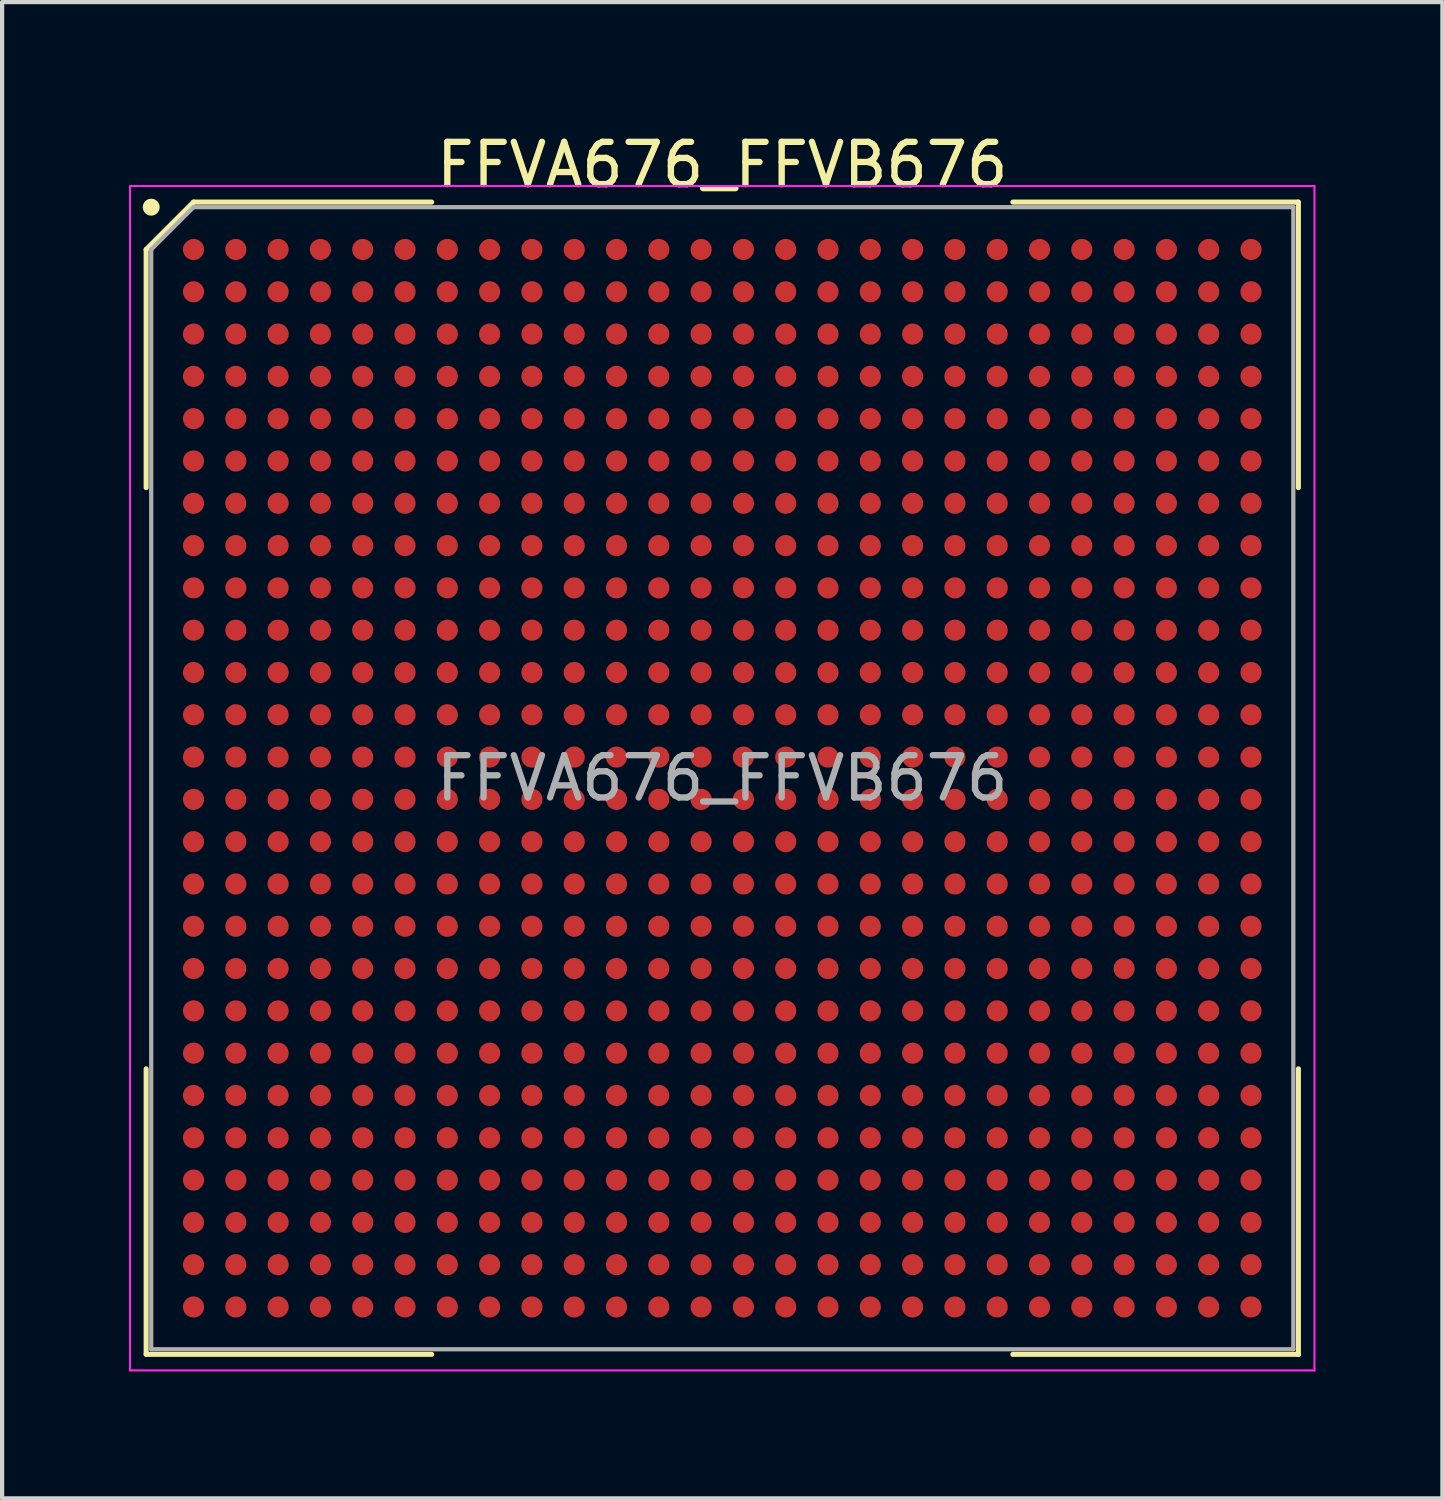
<source format=kicad_pcb>
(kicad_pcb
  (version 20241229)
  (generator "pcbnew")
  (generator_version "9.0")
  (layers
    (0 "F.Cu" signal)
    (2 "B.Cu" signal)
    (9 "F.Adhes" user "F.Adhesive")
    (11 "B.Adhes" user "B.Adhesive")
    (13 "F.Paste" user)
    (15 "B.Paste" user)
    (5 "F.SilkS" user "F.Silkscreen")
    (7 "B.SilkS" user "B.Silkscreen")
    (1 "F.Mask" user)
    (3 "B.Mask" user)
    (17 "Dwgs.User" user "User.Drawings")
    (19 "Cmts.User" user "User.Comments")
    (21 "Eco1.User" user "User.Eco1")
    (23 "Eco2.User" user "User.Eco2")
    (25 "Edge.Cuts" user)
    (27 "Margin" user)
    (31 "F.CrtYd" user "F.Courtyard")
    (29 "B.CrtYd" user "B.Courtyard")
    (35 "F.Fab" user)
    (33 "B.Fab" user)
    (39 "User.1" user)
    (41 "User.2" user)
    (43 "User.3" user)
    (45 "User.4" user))
  (footprint "FFVA676_FFVB676"
    (layer "F.Cu")
    (at 14.025 15.348)
    (property "Reference" "FFVA676_FFVB676" (at 0 -14.5 0) (layer "F.SilkS") (effects (font (size 1 1) (thickness 0.15))))
    (attr smd)
    (fp_line (start -13.62 -12.5) (end -13.62 -6.87) (stroke (width 0.12) (type default)) (layer "F.SilkS"))
    (fp_line (start -13.62 13.62) (end -13.62 6.87) (stroke (width 0.12) (type default)) (layer "F.SilkS"))
    (fp_line (start -12.5 -13.62) (end -13.62 -12.5) (stroke (width 0.12) (type default)) (layer "F.SilkS"))
    (fp_line (start -6.87 -13.62) (end -12.5 -13.62) (stroke (width 0.12) (type default)) (layer "F.SilkS"))
    (fp_line (start -6.87 13.62) (end -13.62 13.62) (stroke (width 0.12) (type default)) (layer "F.SilkS"))
    (fp_line (start 6.87 -13.62) (end 13.62 -13.62) (stroke (width 0.12) (type default)) (layer "F.SilkS"))
    (fp_line (start 6.87 13.62) (end 13.62 13.62) (stroke (width 0.12) (type default)) (layer "F.SilkS"))
    (fp_line (start 13.62 -13.62) (end 13.62 -6.87) (stroke (width 0.12) (type default)) (layer "F.SilkS"))
    (fp_line (start 13.62 13.62) (end 13.62 6.87) (stroke (width 0.12) (type default)) (layer "F.SilkS"))
    (fp_circle (center -13.5 -13.5) (end -13.5 -13.4) (stroke (width 0.2) (type default)) (fill no) (layer "F.SilkS"))
    (fp_line (start -14 -14) (end 14 -14) (stroke (width 0.05) (type default)) (layer "F.CrtYd"))
    (fp_line (start -14 14) (end -14 -14) (stroke (width 0.05) (type default)) (layer "F.CrtYd"))
    (fp_line (start 14 -14) (end 14 14) (stroke (width 0.05) (type default)) (layer "F.CrtYd"))
    (fp_line (start 14 14) (end -14 14) (stroke (width 0.05) (type default)) (layer "F.CrtYd"))
    (fp_line (start -13.5 -12.5) (end -13.5 13.5) (stroke (width 0.1) (type default)) (layer "F.Fab"))
    (fp_line (start -13.5 13.5) (end 13.5 13.5) (stroke (width 0.1) (type default)) (layer "F.Fab"))
    (fp_line (start -12.5 -13.5) (end -13.5 -12.5) (stroke (width 0.1) (type default)) (layer "F.Fab"))
    (fp_line (start 13.5 -13.5) (end -12.5 -13.5) (stroke (width 0.1) (type default)) (layer "F.Fab"))
    (fp_line (start 13.5 13.5) (end 13.5 -13.5) (stroke (width 0.1) (type default)) (layer "F.Fab"))
    (fp_text user "${REFERENCE}" (at 0 0 0) (layer "F.Fab") (effects (font (size 1 1) (thickness 0.15))))
    (pad "A1" smd circle (at -12.5 -12.5) (size 0.5 0.5) (layers "F.Cu" "F.Mask" "F.Paste"))
    (pad "A2" smd circle (at -11.5 -12.5) (size 0.5 0.5) (layers "F.Cu" "F.Mask" "F.Paste"))
    (pad "A3" smd circle (at -10.5 -12.5) (size 0.5 0.5) (layers "F.Cu" "F.Mask" "F.Paste"))
    (pad "A4" smd circle (at -9.5 -12.5) (size 0.5 0.5) (layers "F.Cu" "F.Mask" "F.Paste"))
    (pad "A5" smd circle (at -8.5 -12.5) (size 0.5 0.5) (layers "F.Cu" "F.Mask" "F.Paste"))
    (pad "A6" smd circle (at -7.5 -12.5) (size 0.5 0.5) (layers "F.Cu" "F.Mask" "F.Paste"))
    (pad "A7" smd circle (at -6.5 -12.5) (size 0.5 0.5) (layers "F.Cu" "F.Mask" "F.Paste"))
    (pad "A8" smd circle (at -5.5 -12.5) (size 0.5 0.5) (layers "F.Cu" "F.Mask" "F.Paste"))
    (pad "A9" smd circle (at -4.5 -12.5) (size 0.5 0.5) (layers "F.Cu" "F.Mask" "F.Paste"))
    (pad "A10" smd circle (at -3.5 -12.5) (size 0.5 0.5) (layers "F.Cu" "F.Mask" "F.Paste"))
    (pad "A11" smd circle (at -2.5 -12.5) (size 0.5 0.5) (layers "F.Cu" "F.Mask" "F.Paste"))
    (pad "A12" smd circle (at -1.5 -12.5) (size 0.5 0.5) (layers "F.Cu" "F.Mask" "F.Paste"))
    (pad "A13" smd circle (at -0.5 -12.5) (size 0.5 0.5) (layers "F.Cu" "F.Mask" "F.Paste"))
    (pad "A14" smd circle (at 0.5 -12.5) (size 0.5 0.5) (layers "F.Cu" "F.Mask" "F.Paste"))
    (pad "A15" smd circle (at 1.5 -12.5) (size 0.5 0.5) (layers "F.Cu" "F.Mask" "F.Paste"))
    (pad "A16" smd circle (at 2.5 -12.5) (size 0.5 0.5) (layers "F.Cu" "F.Mask" "F.Paste"))
    (pad "A17" smd circle (at 3.5 -12.5) (size 0.5 0.5) (layers "F.Cu" "F.Mask" "F.Paste"))
    (pad "A18" smd circle (at 4.5 -12.5) (size 0.5 0.5) (layers "F.Cu" "F.Mask" "F.Paste"))
    (pad "A19" smd circle (at 5.5 -12.5) (size 0.5 0.5) (layers "F.Cu" "F.Mask" "F.Paste"))
    (pad "A20" smd circle (at 6.5 -12.5) (size 0.5 0.5) (layers "F.Cu" "F.Mask" "F.Paste"))
    (pad "A21" smd circle (at 7.5 -12.5) (size 0.5 0.5) (layers "F.Cu" "F.Mask" "F.Paste"))
    (pad "A22" smd circle (at 8.5 -12.5) (size 0.5 0.5) (layers "F.Cu" "F.Mask" "F.Paste"))
    (pad "A23" smd circle (at 9.5 -12.5) (size 0.5 0.5) (layers "F.Cu" "F.Mask" "F.Paste"))
    (pad "A24" smd circle (at 10.5 -12.5) (size 0.5 0.5) (layers "F.Cu" "F.Mask" "F.Paste"))
    (pad "A25" smd circle (at 11.5 -12.5) (size 0.5 0.5) (layers "F.Cu" "F.Mask" "F.Paste"))
    (pad "A26" smd circle (at 12.5 -12.5) (size 0.5 0.5) (layers "F.Cu" "F.Mask" "F.Paste"))
    (pad "AA1" smd circle (at -12.5 7.5) (size 0.5 0.5) (layers "F.Cu" "F.Mask" "F.Paste"))
    (pad "AA2" smd circle (at -11.5 7.5) (size 0.5 0.5) (layers "F.Cu" "F.Mask" "F.Paste"))
    (pad "AA3" smd circle (at -10.5 7.5) (size 0.5 0.5) (layers "F.Cu" "F.Mask" "F.Paste"))
    (pad "AA4" smd circle (at -9.5 7.5) (size 0.5 0.5) (layers "F.Cu" "F.Mask" "F.Paste"))
    (pad "AA5" smd circle (at -8.5 7.5) (size 0.5 0.5) (layers "F.Cu" "F.Mask" "F.Paste"))
    (pad "AA6" smd circle (at -7.5 7.5) (size 0.5 0.5) (layers "F.Cu" "F.Mask" "F.Paste"))
    (pad "AA7" smd circle (at -6.5 7.5) (size 0.5 0.5) (layers "F.Cu" "F.Mask" "F.Paste"))
    (pad "AA8" smd circle (at -5.5 7.5) (size 0.5 0.5) (layers "F.Cu" "F.Mask" "F.Paste"))
    (pad "AA9" smd circle (at -4.5 7.5) (size 0.5 0.5) (layers "F.Cu" "F.Mask" "F.Paste"))
    (pad "AA10" smd circle (at -3.5 7.5) (size 0.5 0.5) (layers "F.Cu" "F.Mask" "F.Paste"))
    (pad "AA11" smd circle (at -2.5 7.5) (size 0.5 0.5) (layers "F.Cu" "F.Mask" "F.Paste"))
    (pad "AA12" smd circle (at -1.5 7.5) (size 0.5 0.5) (layers "F.Cu" "F.Mask" "F.Paste"))
    (pad "AA13" smd circle (at -0.5 7.5) (size 0.5 0.5) (layers "F.Cu" "F.Mask" "F.Paste"))
    (pad "AA14" smd circle (at 0.5 7.5) (size 0.5 0.5) (layers "F.Cu" "F.Mask" "F.Paste"))
    (pad "AA15" smd circle (at 1.5 7.5) (size 0.5 0.5) (layers "F.Cu" "F.Mask" "F.Paste"))
    (pad "AA16" smd circle (at 2.5 7.5) (size 0.5 0.5) (layers "F.Cu" "F.Mask" "F.Paste"))
    (pad "AA17" smd circle (at 3.5 7.5) (size 0.5 0.5) (layers "F.Cu" "F.Mask" "F.Paste"))
    (pad "AA18" smd circle (at 4.5 7.5) (size 0.5 0.5) (layers "F.Cu" "F.Mask" "F.Paste"))
    (pad "AA19" smd circle (at 5.5 7.5) (size 0.5 0.5) (layers "F.Cu" "F.Mask" "F.Paste"))
    (pad "AA20" smd circle (at 6.5 7.5) (size 0.5 0.5) (layers "F.Cu" "F.Mask" "F.Paste"))
    (pad "AA21" smd circle (at 7.5 7.5) (size 0.5 0.5) (layers "F.Cu" "F.Mask" "F.Paste"))
    (pad "AA22" smd circle (at 8.5 7.5) (size 0.5 0.5) (layers "F.Cu" "F.Mask" "F.Paste"))
    (pad "AA23" smd circle (at 9.5 7.5) (size 0.5 0.5) (layers "F.Cu" "F.Mask" "F.Paste"))
    (pad "AA24" smd circle (at 10.5 7.5) (size 0.5 0.5) (layers "F.Cu" "F.Mask" "F.Paste"))
    (pad "AA25" smd circle (at 11.5 7.5) (size 0.5 0.5) (layers "F.Cu" "F.Mask" "F.Paste"))
    (pad "AA26" smd circle (at 12.5 7.5) (size 0.5 0.5) (layers "F.Cu" "F.Mask" "F.Paste"))
    (pad "AB1" smd circle (at -12.5 8.5) (size 0.5 0.5) (layers "F.Cu" "F.Mask" "F.Paste"))
    (pad "AB2" smd circle (at -11.5 8.5) (size 0.5 0.5) (layers "F.Cu" "F.Mask" "F.Paste"))
    (pad "AB3" smd circle (at -10.5 8.5) (size 0.5 0.5) (layers "F.Cu" "F.Mask" "F.Paste"))
    (pad "AB4" smd circle (at -9.5 8.5) (size 0.5 0.5) (layers "F.Cu" "F.Mask" "F.Paste"))
    (pad "AB5" smd circle (at -8.5 8.5) (size 0.5 0.5) (layers "F.Cu" "F.Mask" "F.Paste"))
    (pad "AB6" smd circle (at -7.5 8.5) (size 0.5 0.5) (layers "F.Cu" "F.Mask" "F.Paste"))
    (pad "AB7" smd circle (at -6.5 8.5) (size 0.5 0.5) (layers "F.Cu" "F.Mask" "F.Paste"))
    (pad "AB8" smd circle (at -5.5 8.5) (size 0.5 0.5) (layers "F.Cu" "F.Mask" "F.Paste"))
    (pad "AB9" smd circle (at -4.5 8.5) (size 0.5 0.5) (layers "F.Cu" "F.Mask" "F.Paste"))
    (pad "AB10" smd circle (at -3.5 8.5) (size 0.5 0.5) (layers "F.Cu" "F.Mask" "F.Paste"))
    (pad "AB11" smd circle (at -2.5 8.5) (size 0.5 0.5) (layers "F.Cu" "F.Mask" "F.Paste"))
    (pad "AB12" smd circle (at -1.5 8.5) (size 0.5 0.5) (layers "F.Cu" "F.Mask" "F.Paste"))
    (pad "AB13" smd circle (at -0.5 8.5) (size 0.5 0.5) (layers "F.Cu" "F.Mask" "F.Paste"))
    (pad "AB14" smd circle (at 0.5 8.5) (size 0.5 0.5) (layers "F.Cu" "F.Mask" "F.Paste"))
    (pad "AB15" smd circle (at 1.5 8.5) (size 0.5 0.5) (layers "F.Cu" "F.Mask" "F.Paste"))
    (pad "AB16" smd circle (at 2.5 8.5) (size 0.5 0.5) (layers "F.Cu" "F.Mask" "F.Paste"))
    (pad "AB17" smd circle (at 3.5 8.5) (size 0.5 0.5) (layers "F.Cu" "F.Mask" "F.Paste"))
    (pad "AB18" smd circle (at 4.5 8.5) (size 0.5 0.5) (layers "F.Cu" "F.Mask" "F.Paste"))
    (pad "AB19" smd circle (at 5.5 8.5) (size 0.5 0.5) (layers "F.Cu" "F.Mask" "F.Paste"))
    (pad "AB20" smd circle (at 6.5 8.5) (size 0.5 0.5) (layers "F.Cu" "F.Mask" "F.Paste"))
    (pad "AB21" smd circle (at 7.5 8.5) (size 0.5 0.5) (layers "F.Cu" "F.Mask" "F.Paste"))
    (pad "AB22" smd circle (at 8.5 8.5) (size 0.5 0.5) (layers "F.Cu" "F.Mask" "F.Paste"))
    (pad "AB23" smd circle (at 9.5 8.5) (size 0.5 0.5) (layers "F.Cu" "F.Mask" "F.Paste"))
    (pad "AB24" smd circle (at 10.5 8.5) (size 0.5 0.5) (layers "F.Cu" "F.Mask" "F.Paste"))
    (pad "AB25" smd circle (at 11.5 8.5) (size 0.5 0.5) (layers "F.Cu" "F.Mask" "F.Paste"))
    (pad "AB26" smd circle (at 12.5 8.5) (size 0.5 0.5) (layers "F.Cu" "F.Mask" "F.Paste"))
    (pad "AC1" smd circle (at -12.5 9.5) (size 0.5 0.5) (layers "F.Cu" "F.Mask" "F.Paste"))
    (pad "AC2" smd circle (at -11.5 9.5) (size 0.5 0.5) (layers "F.Cu" "F.Mask" "F.Paste"))
    (pad "AC3" smd circle (at -10.5 9.5) (size 0.5 0.5) (layers "F.Cu" "F.Mask" "F.Paste"))
    (pad "AC4" smd circle (at -9.5 9.5) (size 0.5 0.5) (layers "F.Cu" "F.Mask" "F.Paste"))
    (pad "AC5" smd circle (at -8.5 9.5) (size 0.5 0.5) (layers "F.Cu" "F.Mask" "F.Paste"))
    (pad "AC6" smd circle (at -7.5 9.5) (size 0.5 0.5) (layers "F.Cu" "F.Mask" "F.Paste"))
    (pad "AC7" smd circle (at -6.5 9.5) (size 0.5 0.5) (layers "F.Cu" "F.Mask" "F.Paste"))
    (pad "AC8" smd circle (at -5.5 9.5) (size 0.5 0.5) (layers "F.Cu" "F.Mask" "F.Paste"))
    (pad "AC9" smd circle (at -4.5 9.5) (size 0.5 0.5) (layers "F.Cu" "F.Mask" "F.Paste"))
    (pad "AC10" smd circle (at -3.5 9.5) (size 0.5 0.5) (layers "F.Cu" "F.Mask" "F.Paste"))
    (pad "AC11" smd circle (at -2.5 9.5) (size 0.5 0.5) (layers "F.Cu" "F.Mask" "F.Paste"))
    (pad "AC12" smd circle (at -1.5 9.5) (size 0.5 0.5) (layers "F.Cu" "F.Mask" "F.Paste"))
    (pad "AC13" smd circle (at -0.5 9.5) (size 0.5 0.5) (layers "F.Cu" "F.Mask" "F.Paste"))
    (pad "AC14" smd circle (at 0.5 9.5) (size 0.5 0.5) (layers "F.Cu" "F.Mask" "F.Paste"))
    (pad "AC15" smd circle (at 1.5 9.5) (size 0.5 0.5) (layers "F.Cu" "F.Mask" "F.Paste"))
    (pad "AC16" smd circle (at 2.5 9.5) (size 0.5 0.5) (layers "F.Cu" "F.Mask" "F.Paste"))
    (pad "AC17" smd circle (at 3.5 9.5) (size 0.5 0.5) (layers "F.Cu" "F.Mask" "F.Paste"))
    (pad "AC18" smd circle (at 4.5 9.5) (size 0.5 0.5) (layers "F.Cu" "F.Mask" "F.Paste"))
    (pad "AC19" smd circle (at 5.5 9.5) (size 0.5 0.5) (layers "F.Cu" "F.Mask" "F.Paste"))
    (pad "AC20" smd circle (at 6.5 9.5) (size 0.5 0.5) (layers "F.Cu" "F.Mask" "F.Paste"))
    (pad "AC21" smd circle (at 7.5 9.5) (size 0.5 0.5) (layers "F.Cu" "F.Mask" "F.Paste"))
    (pad "AC22" smd circle (at 8.5 9.5) (size 0.5 0.5) (layers "F.Cu" "F.Mask" "F.Paste"))
    (pad "AC23" smd circle (at 9.5 9.5) (size 0.5 0.5) (layers "F.Cu" "F.Mask" "F.Paste"))
    (pad "AC24" smd circle (at 10.5 9.5) (size 0.5 0.5) (layers "F.Cu" "F.Mask" "F.Paste"))
    (pad "AC25" smd circle (at 11.5 9.5) (size 0.5 0.5) (layers "F.Cu" "F.Mask" "F.Paste"))
    (pad "AC26" smd circle (at 12.5 9.5) (size 0.5 0.5) (layers "F.Cu" "F.Mask" "F.Paste"))
    (pad "AD1" smd circle (at -12.5 10.5) (size 0.5 0.5) (layers "F.Cu" "F.Mask" "F.Paste"))
    (pad "AD2" smd circle (at -11.5 10.5) (size 0.5 0.5) (layers "F.Cu" "F.Mask" "F.Paste"))
    (pad "AD3" smd circle (at -10.5 10.5) (size 0.5 0.5) (layers "F.Cu" "F.Mask" "F.Paste"))
    (pad "AD4" smd circle (at -9.5 10.5) (size 0.5 0.5) (layers "F.Cu" "F.Mask" "F.Paste"))
    (pad "AD5" smd circle (at -8.5 10.5) (size 0.5 0.5) (layers "F.Cu" "F.Mask" "F.Paste"))
    (pad "AD6" smd circle (at -7.5 10.5) (size 0.5 0.5) (layers "F.Cu" "F.Mask" "F.Paste"))
    (pad "AD7" smd circle (at -6.5 10.5) (size 0.5 0.5) (layers "F.Cu" "F.Mask" "F.Paste"))
    (pad "AD8" smd circle (at -5.5 10.5) (size 0.5 0.5) (layers "F.Cu" "F.Mask" "F.Paste"))
    (pad "AD9" smd circle (at -4.5 10.5) (size 0.5 0.5) (layers "F.Cu" "F.Mask" "F.Paste"))
    (pad "AD10" smd circle (at -3.5 10.5) (size 0.5 0.5) (layers "F.Cu" "F.Mask" "F.Paste"))
    (pad "AD11" smd circle (at -2.5 10.5) (size 0.5 0.5) (layers "F.Cu" "F.Mask" "F.Paste"))
    (pad "AD12" smd circle (at -1.5 10.5) (size 0.5 0.5) (layers "F.Cu" "F.Mask" "F.Paste"))
    (pad "AD13" smd circle (at -0.5 10.5) (size 0.5 0.5) (layers "F.Cu" "F.Mask" "F.Paste"))
    (pad "AD14" smd circle (at 0.5 10.5) (size 0.5 0.5) (layers "F.Cu" "F.Mask" "F.Paste"))
    (pad "AD15" smd circle (at 1.5 10.5) (size 0.5 0.5) (layers "F.Cu" "F.Mask" "F.Paste"))
    (pad "AD16" smd circle (at 2.5 10.5) (size 0.5 0.5) (layers "F.Cu" "F.Mask" "F.Paste"))
    (pad "AD17" smd circle (at 3.5 10.5) (size 0.5 0.5) (layers "F.Cu" "F.Mask" "F.Paste"))
    (pad "AD18" smd circle (at 4.5 10.5) (size 0.5 0.5) (layers "F.Cu" "F.Mask" "F.Paste"))
    (pad "AD19" smd circle (at 5.5 10.5) (size 0.5 0.5) (layers "F.Cu" "F.Mask" "F.Paste"))
    (pad "AD20" smd circle (at 6.5 10.5) (size 0.5 0.5) (layers "F.Cu" "F.Mask" "F.Paste"))
    (pad "AD21" smd circle (at 7.5 10.5) (size 0.5 0.5) (layers "F.Cu" "F.Mask" "F.Paste"))
    (pad "AD22" smd circle (at 8.5 10.5) (size 0.5 0.5) (layers "F.Cu" "F.Mask" "F.Paste"))
    (pad "AD23" smd circle (at 9.5 10.5) (size 0.5 0.5) (layers "F.Cu" "F.Mask" "F.Paste"))
    (pad "AD24" smd circle (at 10.5 10.5) (size 0.5 0.5) (layers "F.Cu" "F.Mask" "F.Paste"))
    (pad "AD25" smd circle (at 11.5 10.5) (size 0.5 0.5) (layers "F.Cu" "F.Mask" "F.Paste"))
    (pad "AD26" smd circle (at 12.5 10.5) (size 0.5 0.5) (layers "F.Cu" "F.Mask" "F.Paste"))
    (pad "AE1" smd circle (at -12.5 11.5) (size 0.5 0.5) (layers "F.Cu" "F.Mask" "F.Paste"))
    (pad "AE2" smd circle (at -11.5 11.5) (size 0.5 0.5) (layers "F.Cu" "F.Mask" "F.Paste"))
    (pad "AE3" smd circle (at -10.5 11.5) (size 0.5 0.5) (layers "F.Cu" "F.Mask" "F.Paste"))
    (pad "AE4" smd circle (at -9.5 11.5) (size 0.5 0.5) (layers "F.Cu" "F.Mask" "F.Paste"))
    (pad "AE5" smd circle (at -8.5 11.5) (size 0.5 0.5) (layers "F.Cu" "F.Mask" "F.Paste"))
    (pad "AE6" smd circle (at -7.5 11.5) (size 0.5 0.5) (layers "F.Cu" "F.Mask" "F.Paste"))
    (pad "AE7" smd circle (at -6.5 11.5) (size 0.5 0.5) (layers "F.Cu" "F.Mask" "F.Paste"))
    (pad "AE8" smd circle (at -5.5 11.5) (size 0.5 0.5) (layers "F.Cu" "F.Mask" "F.Paste"))
    (pad "AE9" smd circle (at -4.5 11.5) (size 0.5 0.5) (layers "F.Cu" "F.Mask" "F.Paste"))
    (pad "AE10" smd circle (at -3.5 11.5) (size 0.5 0.5) (layers "F.Cu" "F.Mask" "F.Paste"))
    (pad "AE11" smd circle (at -2.5 11.5) (size 0.5 0.5) (layers "F.Cu" "F.Mask" "F.Paste"))
    (pad "AE12" smd circle (at -1.5 11.5) (size 0.5 0.5) (layers "F.Cu" "F.Mask" "F.Paste"))
    (pad "AE13" smd circle (at -0.5 11.5) (size 0.5 0.5) (layers "F.Cu" "F.Mask" "F.Paste"))
    (pad "AE14" smd circle (at 0.5 11.5) (size 0.5 0.5) (layers "F.Cu" "F.Mask" "F.Paste"))
    (pad "AE15" smd circle (at 1.5 11.5) (size 0.5 0.5) (layers "F.Cu" "F.Mask" "F.Paste"))
    (pad "AE16" smd circle (at 2.5 11.5) (size 0.5 0.5) (layers "F.Cu" "F.Mask" "F.Paste"))
    (pad "AE17" smd circle (at 3.5 11.5) (size 0.5 0.5) (layers "F.Cu" "F.Mask" "F.Paste"))
    (pad "AE18" smd circle (at 4.5 11.5) (size 0.5 0.5) (layers "F.Cu" "F.Mask" "F.Paste"))
    (pad "AE19" smd circle (at 5.5 11.5) (size 0.5 0.5) (layers "F.Cu" "F.Mask" "F.Paste"))
    (pad "AE20" smd circle (at 6.5 11.5) (size 0.5 0.5) (layers "F.Cu" "F.Mask" "F.Paste"))
    (pad "AE21" smd circle (at 7.5 11.5) (size 0.5 0.5) (layers "F.Cu" "F.Mask" "F.Paste"))
    (pad "AE22" smd circle (at 8.5 11.5) (size 0.5 0.5) (layers "F.Cu" "F.Mask" "F.Paste"))
    (pad "AE23" smd circle (at 9.5 11.5) (size 0.5 0.5) (layers "F.Cu" "F.Mask" "F.Paste"))
    (pad "AE24" smd circle (at 10.5 11.5) (size 0.5 0.5) (layers "F.Cu" "F.Mask" "F.Paste"))
    (pad "AE25" smd circle (at 11.5 11.5) (size 0.5 0.5) (layers "F.Cu" "F.Mask" "F.Paste"))
    (pad "AE26" smd circle (at 12.5 11.5) (size 0.5 0.5) (layers "F.Cu" "F.Mask" "F.Paste"))
    (pad "AF1" smd circle (at -12.5 12.5) (size 0.5 0.5) (layers "F.Cu" "F.Mask" "F.Paste"))
    (pad "AF2" smd circle (at -11.5 12.5) (size 0.5 0.5) (layers "F.Cu" "F.Mask" "F.Paste"))
    (pad "AF3" smd circle (at -10.5 12.5) (size 0.5 0.5) (layers "F.Cu" "F.Mask" "F.Paste"))
    (pad "AF4" smd circle (at -9.5 12.5) (size 0.5 0.5) (layers "F.Cu" "F.Mask" "F.Paste"))
    (pad "AF5" smd circle (at -8.5 12.5) (size 0.5 0.5) (layers "F.Cu" "F.Mask" "F.Paste"))
    (pad "AF6" smd circle (at -7.5 12.5) (size 0.5 0.5) (layers "F.Cu" "F.Mask" "F.Paste"))
    (pad "AF7" smd circle (at -6.5 12.5) (size 0.5 0.5) (layers "F.Cu" "F.Mask" "F.Paste"))
    (pad "AF8" smd circle (at -5.5 12.5) (size 0.5 0.5) (layers "F.Cu" "F.Mask" "F.Paste"))
    (pad "AF9" smd circle (at -4.5 12.5) (size 0.5 0.5) (layers "F.Cu" "F.Mask" "F.Paste"))
    (pad "AF10" smd circle (at -3.5 12.5) (size 0.5 0.5) (layers "F.Cu" "F.Mask" "F.Paste"))
    (pad "AF11" smd circle (at -2.5 12.5) (size 0.5 0.5) (layers "F.Cu" "F.Mask" "F.Paste"))
    (pad "AF12" smd circle (at -1.5 12.5) (size 0.5 0.5) (layers "F.Cu" "F.Mask" "F.Paste"))
    (pad "AF13" smd circle (at -0.5 12.5) (size 0.5 0.5) (layers "F.Cu" "F.Mask" "F.Paste"))
    (pad "AF14" smd circle (at 0.5 12.5) (size 0.5 0.5) (layers "F.Cu" "F.Mask" "F.Paste"))
    (pad "AF15" smd circle (at 1.5 12.5) (size 0.5 0.5) (layers "F.Cu" "F.Mask" "F.Paste"))
    (pad "AF16" smd circle (at 2.5 12.5) (size 0.5 0.5) (layers "F.Cu" "F.Mask" "F.Paste"))
    (pad "AF17" smd circle (at 3.5 12.5) (size 0.5 0.5) (layers "F.Cu" "F.Mask" "F.Paste"))
    (pad "AF18" smd circle (at 4.5 12.5) (size 0.5 0.5) (layers "F.Cu" "F.Mask" "F.Paste"))
    (pad "AF19" smd circle (at 5.5 12.5) (size 0.5 0.5) (layers "F.Cu" "F.Mask" "F.Paste"))
    (pad "AF20" smd circle (at 6.5 12.5) (size 0.5 0.5) (layers "F.Cu" "F.Mask" "F.Paste"))
    (pad "AF21" smd circle (at 7.5 12.5) (size 0.5 0.5) (layers "F.Cu" "F.Mask" "F.Paste"))
    (pad "AF22" smd circle (at 8.5 12.5) (size 0.5 0.5) (layers "F.Cu" "F.Mask" "F.Paste"))
    (pad "AF23" smd circle (at 9.5 12.5) (size 0.5 0.5) (layers "F.Cu" "F.Mask" "F.Paste"))
    (pad "AF24" smd circle (at 10.5 12.5) (size 0.5 0.5) (layers "F.Cu" "F.Mask" "F.Paste"))
    (pad "AF25" smd circle (at 11.5 12.5) (size 0.5 0.5) (layers "F.Cu" "F.Mask" "F.Paste"))
    (pad "AF26" smd circle (at 12.5 12.5) (size 0.5 0.5) (layers "F.Cu" "F.Mask" "F.Paste"))
    (pad "B1" smd circle (at -12.5 -11.5) (size 0.5 0.5) (layers "F.Cu" "F.Mask" "F.Paste"))
    (pad "B2" smd circle (at -11.5 -11.5) (size 0.5 0.5) (layers "F.Cu" "F.Mask" "F.Paste"))
    (pad "B3" smd circle (at -10.5 -11.5) (size 0.5 0.5) (layers "F.Cu" "F.Mask" "F.Paste"))
    (pad "B4" smd circle (at -9.5 -11.5) (size 0.5 0.5) (layers "F.Cu" "F.Mask" "F.Paste"))
    (pad "B5" smd circle (at -8.5 -11.5) (size 0.5 0.5) (layers "F.Cu" "F.Mask" "F.Paste"))
    (pad "B6" smd circle (at -7.5 -11.5) (size 0.5 0.5) (layers "F.Cu" "F.Mask" "F.Paste"))
    (pad "B7" smd circle (at -6.5 -11.5) (size 0.5 0.5) (layers "F.Cu" "F.Mask" "F.Paste"))
    (pad "B8" smd circle (at -5.5 -11.5) (size 0.5 0.5) (layers "F.Cu" "F.Mask" "F.Paste"))
    (pad "B9" smd circle (at -4.5 -11.5) (size 0.5 0.5) (layers "F.Cu" "F.Mask" "F.Paste"))
    (pad "B10" smd circle (at -3.5 -11.5) (size 0.5 0.5) (layers "F.Cu" "F.Mask" "F.Paste"))
    (pad "B11" smd circle (at -2.5 -11.5) (size 0.5 0.5) (layers "F.Cu" "F.Mask" "F.Paste"))
    (pad "B12" smd circle (at -1.5 -11.5) (size 0.5 0.5) (layers "F.Cu" "F.Mask" "F.Paste"))
    (pad "B13" smd circle (at -0.5 -11.5) (size 0.5 0.5) (layers "F.Cu" "F.Mask" "F.Paste"))
    (pad "B14" smd circle (at 0.5 -11.5) (size 0.5 0.5) (layers "F.Cu" "F.Mask" "F.Paste"))
    (pad "B15" smd circle (at 1.5 -11.5) (size 0.5 0.5) (layers "F.Cu" "F.Mask" "F.Paste"))
    (pad "B16" smd circle (at 2.5 -11.5) (size 0.5 0.5) (layers "F.Cu" "F.Mask" "F.Paste"))
    (pad "B17" smd circle (at 3.5 -11.5) (size 0.5 0.5) (layers "F.Cu" "F.Mask" "F.Paste"))
    (pad "B18" smd circle (at 4.5 -11.5) (size 0.5 0.5) (layers "F.Cu" "F.Mask" "F.Paste"))
    (pad "B19" smd circle (at 5.5 -11.5) (size 0.5 0.5) (layers "F.Cu" "F.Mask" "F.Paste"))
    (pad "B20" smd circle (at 6.5 -11.5) (size 0.5 0.5) (layers "F.Cu" "F.Mask" "F.Paste"))
    (pad "B21" smd circle (at 7.5 -11.5) (size 0.5 0.5) (layers "F.Cu" "F.Mask" "F.Paste"))
    (pad "B22" smd circle (at 8.5 -11.5) (size 0.5 0.5) (layers "F.Cu" "F.Mask" "F.Paste"))
    (pad "B23" smd circle (at 9.5 -11.5) (size 0.5 0.5) (layers "F.Cu" "F.Mask" "F.Paste"))
    (pad "B24" smd circle (at 10.5 -11.5) (size 0.5 0.5) (layers "F.Cu" "F.Mask" "F.Paste"))
    (pad "B25" smd circle (at 11.5 -11.5) (size 0.5 0.5) (layers "F.Cu" "F.Mask" "F.Paste"))
    (pad "B26" smd circle (at 12.5 -11.5) (size 0.5 0.5) (layers "F.Cu" "F.Mask" "F.Paste"))
    (pad "C1" smd circle (at -12.5 -10.5) (size 0.5 0.5) (layers "F.Cu" "F.Mask" "F.Paste"))
    (pad "C2" smd circle (at -11.5 -10.5) (size 0.5 0.5) (layers "F.Cu" "F.Mask" "F.Paste"))
    (pad "C3" smd circle (at -10.5 -10.5) (size 0.5 0.5) (layers "F.Cu" "F.Mask" "F.Paste"))
    (pad "C4" smd circle (at -9.5 -10.5) (size 0.5 0.5) (layers "F.Cu" "F.Mask" "F.Paste"))
    (pad "C5" smd circle (at -8.5 -10.5) (size 0.5 0.5) (layers "F.Cu" "F.Mask" "F.Paste"))
    (pad "C6" smd circle (at -7.5 -10.5) (size 0.5 0.5) (layers "F.Cu" "F.Mask" "F.Paste"))
    (pad "C7" smd circle (at -6.5 -10.5) (size 0.5 0.5) (layers "F.Cu" "F.Mask" "F.Paste"))
    (pad "C8" smd circle (at -5.5 -10.5) (size 0.5 0.5) (layers "F.Cu" "F.Mask" "F.Paste"))
    (pad "C9" smd circle (at -4.5 -10.5) (size 0.5 0.5) (layers "F.Cu" "F.Mask" "F.Paste"))
    (pad "C10" smd circle (at -3.5 -10.5) (size 0.5 0.5) (layers "F.Cu" "F.Mask" "F.Paste"))
    (pad "C11" smd circle (at -2.5 -10.5) (size 0.5 0.5) (layers "F.Cu" "F.Mask" "F.Paste"))
    (pad "C12" smd circle (at -1.5 -10.5) (size 0.5 0.5) (layers "F.Cu" "F.Mask" "F.Paste"))
    (pad "C13" smd circle (at -0.5 -10.5) (size 0.5 0.5) (layers "F.Cu" "F.Mask" "F.Paste"))
    (pad "C14" smd circle (at 0.5 -10.5) (size 0.5 0.5) (layers "F.Cu" "F.Mask" "F.Paste"))
    (pad "C15" smd circle (at 1.5 -10.5) (size 0.5 0.5) (layers "F.Cu" "F.Mask" "F.Paste"))
    (pad "C16" smd circle (at 2.5 -10.5) (size 0.5 0.5) (layers "F.Cu" "F.Mask" "F.Paste"))
    (pad "C17" smd circle (at 3.5 -10.5) (size 0.5 0.5) (layers "F.Cu" "F.Mask" "F.Paste"))
    (pad "C18" smd circle (at 4.5 -10.5) (size 0.5 0.5) (layers "F.Cu" "F.Mask" "F.Paste"))
    (pad "C19" smd circle (at 5.5 -10.5) (size 0.5 0.5) (layers "F.Cu" "F.Mask" "F.Paste"))
    (pad "C20" smd circle (at 6.5 -10.5) (size 0.5 0.5) (layers "F.Cu" "F.Mask" "F.Paste"))
    (pad "C21" smd circle (at 7.5 -10.5) (size 0.5 0.5) (layers "F.Cu" "F.Mask" "F.Paste"))
    (pad "C22" smd circle (at 8.5 -10.5) (size 0.5 0.5) (layers "F.Cu" "F.Mask" "F.Paste"))
    (pad "C23" smd circle (at 9.5 -10.5) (size 0.5 0.5) (layers "F.Cu" "F.Mask" "F.Paste"))
    (pad "C24" smd circle (at 10.5 -10.5) (size 0.5 0.5) (layers "F.Cu" "F.Mask" "F.Paste"))
    (pad "C25" smd circle (at 11.5 -10.5) (size 0.5 0.5) (layers "F.Cu" "F.Mask" "F.Paste"))
    (pad "C26" smd circle (at 12.5 -10.5) (size 0.5 0.5) (layers "F.Cu" "F.Mask" "F.Paste"))
    (pad "D1" smd circle (at -12.5 -9.5) (size 0.5 0.5) (layers "F.Cu" "F.Mask" "F.Paste"))
    (pad "D2" smd circle (at -11.5 -9.5) (size 0.5 0.5) (layers "F.Cu" "F.Mask" "F.Paste"))
    (pad "D3" smd circle (at -10.5 -9.5) (size 0.5 0.5) (layers "F.Cu" "F.Mask" "F.Paste"))
    (pad "D4" smd circle (at -9.5 -9.5) (size 0.5 0.5) (layers "F.Cu" "F.Mask" "F.Paste"))
    (pad "D5" smd circle (at -8.5 -9.5) (size 0.5 0.5) (layers "F.Cu" "F.Mask" "F.Paste"))
    (pad "D6" smd circle (at -7.5 -9.5) (size 0.5 0.5) (layers "F.Cu" "F.Mask" "F.Paste"))
    (pad "D7" smd circle (at -6.5 -9.5) (size 0.5 0.5) (layers "F.Cu" "F.Mask" "F.Paste"))
    (pad "D8" smd circle (at -5.5 -9.5) (size 0.5 0.5) (layers "F.Cu" "F.Mask" "F.Paste"))
    (pad "D9" smd circle (at -4.5 -9.5) (size 0.5 0.5) (layers "F.Cu" "F.Mask" "F.Paste"))
    (pad "D10" smd circle (at -3.5 -9.5) (size 0.5 0.5) (layers "F.Cu" "F.Mask" "F.Paste"))
    (pad "D11" smd circle (at -2.5 -9.5) (size 0.5 0.5) (layers "F.Cu" "F.Mask" "F.Paste"))
    (pad "D12" smd circle (at -1.5 -9.5) (size 0.5 0.5) (layers "F.Cu" "F.Mask" "F.Paste"))
    (pad "D13" smd circle (at -0.5 -9.5) (size 0.5 0.5) (layers "F.Cu" "F.Mask" "F.Paste"))
    (pad "D14" smd circle (at 0.5 -9.5) (size 0.5 0.5) (layers "F.Cu" "F.Mask" "F.Paste"))
    (pad "D15" smd circle (at 1.5 -9.5) (size 0.5 0.5) (layers "F.Cu" "F.Mask" "F.Paste"))
    (pad "D16" smd circle (at 2.5 -9.5) (size 0.5 0.5) (layers "F.Cu" "F.Mask" "F.Paste"))
    (pad "D17" smd circle (at 3.5 -9.5) (size 0.5 0.5) (layers "F.Cu" "F.Mask" "F.Paste"))
    (pad "D18" smd circle (at 4.5 -9.5) (size 0.5 0.5) (layers "F.Cu" "F.Mask" "F.Paste"))
    (pad "D19" smd circle (at 5.5 -9.5) (size 0.5 0.5) (layers "F.Cu" "F.Mask" "F.Paste"))
    (pad "D20" smd circle (at 6.5 -9.5) (size 0.5 0.5) (layers "F.Cu" "F.Mask" "F.Paste"))
    (pad "D21" smd circle (at 7.5 -9.5) (size 0.5 0.5) (layers "F.Cu" "F.Mask" "F.Paste"))
    (pad "D22" smd circle (at 8.5 -9.5) (size 0.5 0.5) (layers "F.Cu" "F.Mask" "F.Paste"))
    (pad "D23" smd circle (at 9.5 -9.5) (size 0.5 0.5) (layers "F.Cu" "F.Mask" "F.Paste"))
    (pad "D24" smd circle (at 10.5 -9.5) (size 0.5 0.5) (layers "F.Cu" "F.Mask" "F.Paste"))
    (pad "D25" smd circle (at 11.5 -9.5) (size 0.5 0.5) (layers "F.Cu" "F.Mask" "F.Paste"))
    (pad "D26" smd circle (at 12.5 -9.5) (size 0.5 0.5) (layers "F.Cu" "F.Mask" "F.Paste"))
    (pad "E1" smd circle (at -12.5 -8.5) (size 0.5 0.5) (layers "F.Cu" "F.Mask" "F.Paste"))
    (pad "E2" smd circle (at -11.5 -8.5) (size 0.5 0.5) (layers "F.Cu" "F.Mask" "F.Paste"))
    (pad "E3" smd circle (at -10.5 -8.5) (size 0.5 0.5) (layers "F.Cu" "F.Mask" "F.Paste"))
    (pad "E4" smd circle (at -9.5 -8.5) (size 0.5 0.5) (layers "F.Cu" "F.Mask" "F.Paste"))
    (pad "E5" smd circle (at -8.5 -8.5) (size 0.5 0.5) (layers "F.Cu" "F.Mask" "F.Paste"))
    (pad "E6" smd circle (at -7.5 -8.5) (size 0.5 0.5) (layers "F.Cu" "F.Mask" "F.Paste"))
    (pad "E7" smd circle (at -6.5 -8.5) (size 0.5 0.5) (layers "F.Cu" "F.Mask" "F.Paste"))
    (pad "E8" smd circle (at -5.5 -8.5) (size 0.5 0.5) (layers "F.Cu" "F.Mask" "F.Paste"))
    (pad "E9" smd circle (at -4.5 -8.5) (size 0.5 0.5) (layers "F.Cu" "F.Mask" "F.Paste"))
    (pad "E10" smd circle (at -3.5 -8.5) (size 0.5 0.5) (layers "F.Cu" "F.Mask" "F.Paste"))
    (pad "E11" smd circle (at -2.5 -8.5) (size 0.5 0.5) (layers "F.Cu" "F.Mask" "F.Paste"))
    (pad "E12" smd circle (at -1.5 -8.5) (size 0.5 0.5) (layers "F.Cu" "F.Mask" "F.Paste"))
    (pad "E13" smd circle (at -0.5 -8.5) (size 0.5 0.5) (layers "F.Cu" "F.Mask" "F.Paste"))
    (pad "E14" smd circle (at 0.5 -8.5) (size 0.5 0.5) (layers "F.Cu" "F.Mask" "F.Paste"))
    (pad "E15" smd circle (at 1.5 -8.5) (size 0.5 0.5) (layers "F.Cu" "F.Mask" "F.Paste"))
    (pad "E16" smd circle (at 2.5 -8.5) (size 0.5 0.5) (layers "F.Cu" "F.Mask" "F.Paste"))
    (pad "E17" smd circle (at 3.5 -8.5) (size 0.5 0.5) (layers "F.Cu" "F.Mask" "F.Paste"))
    (pad "E18" smd circle (at 4.5 -8.5) (size 0.5 0.5) (layers "F.Cu" "F.Mask" "F.Paste"))
    (pad "E19" smd circle (at 5.5 -8.5) (size 0.5 0.5) (layers "F.Cu" "F.Mask" "F.Paste"))
    (pad "E20" smd circle (at 6.5 -8.5) (size 0.5 0.5) (layers "F.Cu" "F.Mask" "F.Paste"))
    (pad "E21" smd circle (at 7.5 -8.5) (size 0.5 0.5) (layers "F.Cu" "F.Mask" "F.Paste"))
    (pad "E22" smd circle (at 8.5 -8.5) (size 0.5 0.5) (layers "F.Cu" "F.Mask" "F.Paste"))
    (pad "E23" smd circle (at 9.5 -8.5) (size 0.5 0.5) (layers "F.Cu" "F.Mask" "F.Paste"))
    (pad "E24" smd circle (at 10.5 -8.5) (size 0.5 0.5) (layers "F.Cu" "F.Mask" "F.Paste"))
    (pad "E25" smd circle (at 11.5 -8.5) (size 0.5 0.5) (layers "F.Cu" "F.Mask" "F.Paste"))
    (pad "E26" smd circle (at 12.5 -8.5) (size 0.5 0.5) (layers "F.Cu" "F.Mask" "F.Paste"))
    (pad "F1" smd circle (at -12.5 -7.5) (size 0.5 0.5) (layers "F.Cu" "F.Mask" "F.Paste"))
    (pad "F2" smd circle (at -11.5 -7.5) (size 0.5 0.5) (layers "F.Cu" "F.Mask" "F.Paste"))
    (pad "F3" smd circle (at -10.5 -7.5) (size 0.5 0.5) (layers "F.Cu" "F.Mask" "F.Paste"))
    (pad "F4" smd circle (at -9.5 -7.5) (size 0.5 0.5) (layers "F.Cu" "F.Mask" "F.Paste"))
    (pad "F5" smd circle (at -8.5 -7.5) (size 0.5 0.5) (layers "F.Cu" "F.Mask" "F.Paste"))
    (pad "F6" smd circle (at -7.5 -7.5) (size 0.5 0.5) (layers "F.Cu" "F.Mask" "F.Paste"))
    (pad "F7" smd circle (at -6.5 -7.5) (size 0.5 0.5) (layers "F.Cu" "F.Mask" "F.Paste"))
    (pad "F8" smd circle (at -5.5 -7.5) (size 0.5 0.5) (layers "F.Cu" "F.Mask" "F.Paste"))
    (pad "F9" smd circle (at -4.5 -7.5) (size 0.5 0.5) (layers "F.Cu" "F.Mask" "F.Paste"))
    (pad "F10" smd circle (at -3.5 -7.5) (size 0.5 0.5) (layers "F.Cu" "F.Mask" "F.Paste"))
    (pad "F11" smd circle (at -2.5 -7.5) (size 0.5 0.5) (layers "F.Cu" "F.Mask" "F.Paste"))
    (pad "F12" smd circle (at -1.5 -7.5) (size 0.5 0.5) (layers "F.Cu" "F.Mask" "F.Paste"))
    (pad "F13" smd circle (at -0.5 -7.5) (size 0.5 0.5) (layers "F.Cu" "F.Mask" "F.Paste"))
    (pad "F14" smd circle (at 0.5 -7.5) (size 0.5 0.5) (layers "F.Cu" "F.Mask" "F.Paste"))
    (pad "F15" smd circle (at 1.5 -7.5) (size 0.5 0.5) (layers "F.Cu" "F.Mask" "F.Paste"))
    (pad "F16" smd circle (at 2.5 -7.5) (size 0.5 0.5) (layers "F.Cu" "F.Mask" "F.Paste"))
    (pad "F17" smd circle (at 3.5 -7.5) (size 0.5 0.5) (layers "F.Cu" "F.Mask" "F.Paste"))
    (pad "F18" smd circle (at 4.5 -7.5) (size 0.5 0.5) (layers "F.Cu" "F.Mask" "F.Paste"))
    (pad "F19" smd circle (at 5.5 -7.5) (size 0.5 0.5) (layers "F.Cu" "F.Mask" "F.Paste"))
    (pad "F20" smd circle (at 6.5 -7.5) (size 0.5 0.5) (layers "F.Cu" "F.Mask" "F.Paste"))
    (pad "F21" smd circle (at 7.5 -7.5) (size 0.5 0.5) (layers "F.Cu" "F.Mask" "F.Paste"))
    (pad "F22" smd circle (at 8.5 -7.5) (size 0.5 0.5) (layers "F.Cu" "F.Mask" "F.Paste"))
    (pad "F23" smd circle (at 9.5 -7.5) (size 0.5 0.5) (layers "F.Cu" "F.Mask" "F.Paste"))
    (pad "F24" smd circle (at 10.5 -7.5) (size 0.5 0.5) (layers "F.Cu" "F.Mask" "F.Paste"))
    (pad "F25" smd circle (at 11.5 -7.5) (size 0.5 0.5) (layers "F.Cu" "F.Mask" "F.Paste"))
    (pad "F26" smd circle (at 12.5 -7.5) (size 0.5 0.5) (layers "F.Cu" "F.Mask" "F.Paste"))
    (pad "G1" smd circle (at -12.5 -6.5) (size 0.5 0.5) (layers "F.Cu" "F.Mask" "F.Paste"))
    (pad "G2" smd circle (at -11.5 -6.5) (size 0.5 0.5) (layers "F.Cu" "F.Mask" "F.Paste"))
    (pad "G3" smd circle (at -10.5 -6.5) (size 0.5 0.5) (layers "F.Cu" "F.Mask" "F.Paste"))
    (pad "G4" smd circle (at -9.5 -6.5) (size 0.5 0.5) (layers "F.Cu" "F.Mask" "F.Paste"))
    (pad "G5" smd circle (at -8.5 -6.5) (size 0.5 0.5) (layers "F.Cu" "F.Mask" "F.Paste"))
    (pad "G6" smd circle (at -7.5 -6.5) (size 0.5 0.5) (layers "F.Cu" "F.Mask" "F.Paste"))
    (pad "G7" smd circle (at -6.5 -6.5) (size 0.5 0.5) (layers "F.Cu" "F.Mask" "F.Paste"))
    (pad "G8" smd circle (at -5.5 -6.5) (size 0.5 0.5) (layers "F.Cu" "F.Mask" "F.Paste"))
    (pad "G9" smd circle (at -4.5 -6.5) (size 0.5 0.5) (layers "F.Cu" "F.Mask" "F.Paste"))
    (pad "G10" smd circle (at -3.5 -6.5) (size 0.5 0.5) (layers "F.Cu" "F.Mask" "F.Paste"))
    (pad "G11" smd circle (at -2.5 -6.5) (size 0.5 0.5) (layers "F.Cu" "F.Mask" "F.Paste"))
    (pad "G12" smd circle (at -1.5 -6.5) (size 0.5 0.5) (layers "F.Cu" "F.Mask" "F.Paste"))
    (pad "G13" smd circle (at -0.5 -6.5) (size 0.5 0.5) (layers "F.Cu" "F.Mask" "F.Paste"))
    (pad "G14" smd circle (at 0.5 -6.5) (size 0.5 0.5) (layers "F.Cu" "F.Mask" "F.Paste"))
    (pad "G15" smd circle (at 1.5 -6.5) (size 0.5 0.5) (layers "F.Cu" "F.Mask" "F.Paste"))
    (pad "G16" smd circle (at 2.5 -6.5) (size 0.5 0.5) (layers "F.Cu" "F.Mask" "F.Paste"))
    (pad "G17" smd circle (at 3.5 -6.5) (size 0.5 0.5) (layers "F.Cu" "F.Mask" "F.Paste"))
    (pad "G18" smd circle (at 4.5 -6.5) (size 0.5 0.5) (layers "F.Cu" "F.Mask" "F.Paste"))
    (pad "G19" smd circle (at 5.5 -6.5) (size 0.5 0.5) (layers "F.Cu" "F.Mask" "F.Paste"))
    (pad "G20" smd circle (at 6.5 -6.5) (size 0.5 0.5) (layers "F.Cu" "F.Mask" "F.Paste"))
    (pad "G21" smd circle (at 7.5 -6.5) (size 0.5 0.5) (layers "F.Cu" "F.Mask" "F.Paste"))
    (pad "G22" smd circle (at 8.5 -6.5) (size 0.5 0.5) (layers "F.Cu" "F.Mask" "F.Paste"))
    (pad "G23" smd circle (at 9.5 -6.5) (size 0.5 0.5) (layers "F.Cu" "F.Mask" "F.Paste"))
    (pad "G24" smd circle (at 10.5 -6.5) (size 0.5 0.5) (layers "F.Cu" "F.Mask" "F.Paste"))
    (pad "G25" smd circle (at 11.5 -6.5) (size 0.5 0.5) (layers "F.Cu" "F.Mask" "F.Paste"))
    (pad "G26" smd circle (at 12.5 -6.5) (size 0.5 0.5) (layers "F.Cu" "F.Mask" "F.Paste"))
    (pad "H1" smd circle (at -12.5 -5.5) (size 0.5 0.5) (layers "F.Cu" "F.Mask" "F.Paste"))
    (pad "H2" smd circle (at -11.5 -5.5) (size 0.5 0.5) (layers "F.Cu" "F.Mask" "F.Paste"))
    (pad "H3" smd circle (at -10.5 -5.5) (size 0.5 0.5) (layers "F.Cu" "F.Mask" "F.Paste"))
    (pad "H4" smd circle (at -9.5 -5.5) (size 0.5 0.5) (layers "F.Cu" "F.Mask" "F.Paste"))
    (pad "H5" smd circle (at -8.5 -5.5) (size 0.5 0.5) (layers "F.Cu" "F.Mask" "F.Paste"))
    (pad "H6" smd circle (at -7.5 -5.5) (size 0.5 0.5) (layers "F.Cu" "F.Mask" "F.Paste"))
    (pad "H7" smd circle (at -6.5 -5.5) (size 0.5 0.5) (layers "F.Cu" "F.Mask" "F.Paste"))
    (pad "H8" smd circle (at -5.5 -5.5) (size 0.5 0.5) (layers "F.Cu" "F.Mask" "F.Paste"))
    (pad "H9" smd circle (at -4.5 -5.5) (size 0.5 0.5) (layers "F.Cu" "F.Mask" "F.Paste"))
    (pad "H10" smd circle (at -3.5 -5.5) (size 0.5 0.5) (layers "F.Cu" "F.Mask" "F.Paste"))
    (pad "H11" smd circle (at -2.5 -5.5) (size 0.5 0.5) (layers "F.Cu" "F.Mask" "F.Paste"))
    (pad "H12" smd circle (at -1.5 -5.5) (size 0.5 0.5) (layers "F.Cu" "F.Mask" "F.Paste"))
    (pad "H13" smd circle (at -0.5 -5.5) (size 0.5 0.5) (layers "F.Cu" "F.Mask" "F.Paste"))
    (pad "H14" smd circle (at 0.5 -5.5) (size 0.5 0.5) (layers "F.Cu" "F.Mask" "F.Paste"))
    (pad "H15" smd circle (at 1.5 -5.5) (size 0.5 0.5) (layers "F.Cu" "F.Mask" "F.Paste"))
    (pad "H16" smd circle (at 2.5 -5.5) (size 0.5 0.5) (layers "F.Cu" "F.Mask" "F.Paste"))
    (pad "H17" smd circle (at 3.5 -5.5) (size 0.5 0.5) (layers "F.Cu" "F.Mask" "F.Paste"))
    (pad "H18" smd circle (at 4.5 -5.5) (size 0.5 0.5) (layers "F.Cu" "F.Mask" "F.Paste"))
    (pad "H19" smd circle (at 5.5 -5.5) (size 0.5 0.5) (layers "F.Cu" "F.Mask" "F.Paste"))
    (pad "H20" smd circle (at 6.5 -5.5) (size 0.5 0.5) (layers "F.Cu" "F.Mask" "F.Paste"))
    (pad "H21" smd circle (at 7.5 -5.5) (size 0.5 0.5) (layers "F.Cu" "F.Mask" "F.Paste"))
    (pad "H22" smd circle (at 8.5 -5.5) (size 0.5 0.5) (layers "F.Cu" "F.Mask" "F.Paste"))
    (pad "H23" smd circle (at 9.5 -5.5) (size 0.5 0.5) (layers "F.Cu" "F.Mask" "F.Paste"))
    (pad "H24" smd circle (at 10.5 -5.5) (size 0.5 0.5) (layers "F.Cu" "F.Mask" "F.Paste"))
    (pad "H25" smd circle (at 11.5 -5.5) (size 0.5 0.5) (layers "F.Cu" "F.Mask" "F.Paste"))
    (pad "H26" smd circle (at 12.5 -5.5) (size 0.5 0.5) (layers "F.Cu" "F.Mask" "F.Paste"))
    (pad "J1" smd circle (at -12.5 -4.5) (size 0.5 0.5) (layers "F.Cu" "F.Mask" "F.Paste"))
    (pad "J2" smd circle (at -11.5 -4.5) (size 0.5 0.5) (layers "F.Cu" "F.Mask" "F.Paste"))
    (pad "J3" smd circle (at -10.5 -4.5) (size 0.5 0.5) (layers "F.Cu" "F.Mask" "F.Paste"))
    (pad "J4" smd circle (at -9.5 -4.5) (size 0.5 0.5) (layers "F.Cu" "F.Mask" "F.Paste"))
    (pad "J5" smd circle (at -8.5 -4.5) (size 0.5 0.5) (layers "F.Cu" "F.Mask" "F.Paste"))
    (pad "J6" smd circle (at -7.5 -4.5) (size 0.5 0.5) (layers "F.Cu" "F.Mask" "F.Paste"))
    (pad "J7" smd circle (at -6.5 -4.5) (size 0.5 0.5) (layers "F.Cu" "F.Mask" "F.Paste"))
    (pad "J8" smd circle (at -5.5 -4.5) (size 0.5 0.5) (layers "F.Cu" "F.Mask" "F.Paste"))
    (pad "J9" smd circle (at -4.5 -4.5) (size 0.5 0.5) (layers "F.Cu" "F.Mask" "F.Paste"))
    (pad "J10" smd circle (at -3.5 -4.5) (size 0.5 0.5) (layers "F.Cu" "F.Mask" "F.Paste"))
    (pad "J11" smd circle (at -2.5 -4.5) (size 0.5 0.5) (layers "F.Cu" "F.Mask" "F.Paste"))
    (pad "J12" smd circle (at -1.5 -4.5) (size 0.5 0.5) (layers "F.Cu" "F.Mask" "F.Paste"))
    (pad "J13" smd circle (at -0.5 -4.5) (size 0.5 0.5) (layers "F.Cu" "F.Mask" "F.Paste"))
    (pad "J14" smd circle (at 0.5 -4.5) (size 0.5 0.5) (layers "F.Cu" "F.Mask" "F.Paste"))
    (pad "J15" smd circle (at 1.5 -4.5) (size 0.5 0.5) (layers "F.Cu" "F.Mask" "F.Paste"))
    (pad "J16" smd circle (at 2.5 -4.5) (size 0.5 0.5) (layers "F.Cu" "F.Mask" "F.Paste"))
    (pad "J17" smd circle (at 3.5 -4.5) (size 0.5 0.5) (layers "F.Cu" "F.Mask" "F.Paste"))
    (pad "J18" smd circle (at 4.5 -4.5) (size 0.5 0.5) (layers "F.Cu" "F.Mask" "F.Paste"))
    (pad "J19" smd circle (at 5.5 -4.5) (size 0.5 0.5) (layers "F.Cu" "F.Mask" "F.Paste"))
    (pad "J20" smd circle (at 6.5 -4.5) (size 0.5 0.5) (layers "F.Cu" "F.Mask" "F.Paste"))
    (pad "J21" smd circle (at 7.5 -4.5) (size 0.5 0.5) (layers "F.Cu" "F.Mask" "F.Paste"))
    (pad "J22" smd circle (at 8.5 -4.5) (size 0.5 0.5) (layers "F.Cu" "F.Mask" "F.Paste"))
    (pad "J23" smd circle (at 9.5 -4.5) (size 0.5 0.5) (layers "F.Cu" "F.Mask" "F.Paste"))
    (pad "J24" smd circle (at 10.5 -4.5) (size 0.5 0.5) (layers "F.Cu" "F.Mask" "F.Paste"))
    (pad "J25" smd circle (at 11.5 -4.5) (size 0.5 0.5) (layers "F.Cu" "F.Mask" "F.Paste"))
    (pad "J26" smd circle (at 12.5 -4.5) (size 0.5 0.5) (layers "F.Cu" "F.Mask" "F.Paste"))
    (pad "K1" smd circle (at -12.5 -3.5) (size 0.5 0.5) (layers "F.Cu" "F.Mask" "F.Paste"))
    (pad "K2" smd circle (at -11.5 -3.5) (size 0.5 0.5) (layers "F.Cu" "F.Mask" "F.Paste"))
    (pad "K3" smd circle (at -10.5 -3.5) (size 0.5 0.5) (layers "F.Cu" "F.Mask" "F.Paste"))
    (pad "K4" smd circle (at -9.5 -3.5) (size 0.5 0.5) (layers "F.Cu" "F.Mask" "F.Paste"))
    (pad "K5" smd circle (at -8.5 -3.5) (size 0.5 0.5) (layers "F.Cu" "F.Mask" "F.Paste"))
    (pad "K6" smd circle (at -7.5 -3.5) (size 0.5 0.5) (layers "F.Cu" "F.Mask" "F.Paste"))
    (pad "K7" smd circle (at -6.5 -3.5) (size 0.5 0.5) (layers "F.Cu" "F.Mask" "F.Paste"))
    (pad "K8" smd circle (at -5.5 -3.5) (size 0.5 0.5) (layers "F.Cu" "F.Mask" "F.Paste"))
    (pad "K9" smd circle (at -4.5 -3.5) (size 0.5 0.5) (layers "F.Cu" "F.Mask" "F.Paste"))
    (pad "K10" smd circle (at -3.5 -3.5) (size 0.5 0.5) (layers "F.Cu" "F.Mask" "F.Paste"))
    (pad "K11" smd circle (at -2.5 -3.5) (size 0.5 0.5) (layers "F.Cu" "F.Mask" "F.Paste"))
    (pad "K12" smd circle (at -1.5 -3.5) (size 0.5 0.5) (layers "F.Cu" "F.Mask" "F.Paste"))
    (pad "K13" smd circle (at -0.5 -3.5) (size 0.5 0.5) (layers "F.Cu" "F.Mask" "F.Paste"))
    (pad "K14" smd circle (at 0.5 -3.5) (size 0.5 0.5) (layers "F.Cu" "F.Mask" "F.Paste"))
    (pad "K15" smd circle (at 1.5 -3.5) (size 0.5 0.5) (layers "F.Cu" "F.Mask" "F.Paste"))
    (pad "K16" smd circle (at 2.5 -3.5) (size 0.5 0.5) (layers "F.Cu" "F.Mask" "F.Paste"))
    (pad "K17" smd circle (at 3.5 -3.5) (size 0.5 0.5) (layers "F.Cu" "F.Mask" "F.Paste"))
    (pad "K18" smd circle (at 4.5 -3.5) (size 0.5 0.5) (layers "F.Cu" "F.Mask" "F.Paste"))
    (pad "K19" smd circle (at 5.5 -3.5) (size 0.5 0.5) (layers "F.Cu" "F.Mask" "F.Paste"))
    (pad "K20" smd circle (at 6.5 -3.5) (size 0.5 0.5) (layers "F.Cu" "F.Mask" "F.Paste"))
    (pad "K21" smd circle (at 7.5 -3.5) (size 0.5 0.5) (layers "F.Cu" "F.Mask" "F.Paste"))
    (pad "K22" smd circle (at 8.5 -3.5) (size 0.5 0.5) (layers "F.Cu" "F.Mask" "F.Paste"))
    (pad "K23" smd circle (at 9.5 -3.5) (size 0.5 0.5) (layers "F.Cu" "F.Mask" "F.Paste"))
    (pad "K24" smd circle (at 10.5 -3.5) (size 0.5 0.5) (layers "F.Cu" "F.Mask" "F.Paste"))
    (pad "K25" smd circle (at 11.5 -3.5) (size 0.5 0.5) (layers "F.Cu" "F.Mask" "F.Paste"))
    (pad "K26" smd circle (at 12.5 -3.5) (size 0.5 0.5) (layers "F.Cu" "F.Mask" "F.Paste"))
    (pad "L1" smd circle (at -12.5 -2.5) (size 0.5 0.5) (layers "F.Cu" "F.Mask" "F.Paste"))
    (pad "L2" smd circle (at -11.5 -2.5) (size 0.5 0.5) (layers "F.Cu" "F.Mask" "F.Paste"))
    (pad "L3" smd circle (at -10.5 -2.5) (size 0.5 0.5) (layers "F.Cu" "F.Mask" "F.Paste"))
    (pad "L4" smd circle (at -9.5 -2.5) (size 0.5 0.5) (layers "F.Cu" "F.Mask" "F.Paste"))
    (pad "L5" smd circle (at -8.5 -2.5) (size 0.5 0.5) (layers "F.Cu" "F.Mask" "F.Paste"))
    (pad "L6" smd circle (at -7.5 -2.5) (size 0.5 0.5) (layers "F.Cu" "F.Mask" "F.Paste"))
    (pad "L7" smd circle (at -6.5 -2.5) (size 0.5 0.5) (layers "F.Cu" "F.Mask" "F.Paste"))
    (pad "L8" smd circle (at -5.5 -2.5) (size 0.5 0.5) (layers "F.Cu" "F.Mask" "F.Paste"))
    (pad "L9" smd circle (at -4.5 -2.5) (size 0.5 0.5) (layers "F.Cu" "F.Mask" "F.Paste"))
    (pad "L10" smd circle (at -3.5 -2.5) (size 0.5 0.5) (layers "F.Cu" "F.Mask" "F.Paste"))
    (pad "L11" smd circle (at -2.5 -2.5) (size 0.5 0.5) (layers "F.Cu" "F.Mask" "F.Paste"))
    (pad "L12" smd circle (at -1.5 -2.5) (size 0.5 0.5) (layers "F.Cu" "F.Mask" "F.Paste"))
    (pad "L13" smd circle (at -0.5 -2.5) (size 0.5 0.5) (layers "F.Cu" "F.Mask" "F.Paste"))
    (pad "L14" smd circle (at 0.5 -2.5) (size 0.5 0.5) (layers "F.Cu" "F.Mask" "F.Paste"))
    (pad "L15" smd circle (at 1.5 -2.5) (size 0.5 0.5) (layers "F.Cu" "F.Mask" "F.Paste"))
    (pad "L16" smd circle (at 2.5 -2.5) (size 0.5 0.5) (layers "F.Cu" "F.Mask" "F.Paste"))
    (pad "L17" smd circle (at 3.5 -2.5) (size 0.5 0.5) (layers "F.Cu" "F.Mask" "F.Paste"))
    (pad "L18" smd circle (at 4.5 -2.5) (size 0.5 0.5) (layers "F.Cu" "F.Mask" "F.Paste"))
    (pad "L19" smd circle (at 5.5 -2.5) (size 0.5 0.5) (layers "F.Cu" "F.Mask" "F.Paste"))
    (pad "L20" smd circle (at 6.5 -2.5) (size 0.5 0.5) (layers "F.Cu" "F.Mask" "F.Paste"))
    (pad "L21" smd circle (at 7.5 -2.5) (size 0.5 0.5) (layers "F.Cu" "F.Mask" "F.Paste"))
    (pad "L22" smd circle (at 8.5 -2.5) (size 0.5 0.5) (layers "F.Cu" "F.Mask" "F.Paste"))
    (pad "L23" smd circle (at 9.5 -2.5) (size 0.5 0.5) (layers "F.Cu" "F.Mask" "F.Paste"))
    (pad "L24" smd circle (at 10.5 -2.5) (size 0.5 0.5) (layers "F.Cu" "F.Mask" "F.Paste"))
    (pad "L25" smd circle (at 11.5 -2.5) (size 0.5 0.5) (layers "F.Cu" "F.Mask" "F.Paste"))
    (pad "L26" smd circle (at 12.5 -2.5) (size 0.5 0.5) (layers "F.Cu" "F.Mask" "F.Paste"))
    (pad "M1" smd circle (at -12.5 -1.5) (size 0.5 0.5) (layers "F.Cu" "F.Mask" "F.Paste"))
    (pad "M2" smd circle (at -11.5 -1.5) (size 0.5 0.5) (layers "F.Cu" "F.Mask" "F.Paste"))
    (pad "M3" smd circle (at -10.5 -1.5) (size 0.5 0.5) (layers "F.Cu" "F.Mask" "F.Paste"))
    (pad "M4" smd circle (at -9.5 -1.5) (size 0.5 0.5) (layers "F.Cu" "F.Mask" "F.Paste"))
    (pad "M5" smd circle (at -8.5 -1.5) (size 0.5 0.5) (layers "F.Cu" "F.Mask" "F.Paste"))
    (pad "M6" smd circle (at -7.5 -1.5) (size 0.5 0.5) (layers "F.Cu" "F.Mask" "F.Paste"))
    (pad "M7" smd circle (at -6.5 -1.5) (size 0.5 0.5) (layers "F.Cu" "F.Mask" "F.Paste"))
    (pad "M8" smd circle (at -5.5 -1.5) (size 0.5 0.5) (layers "F.Cu" "F.Mask" "F.Paste"))
    (pad "M9" smd circle (at -4.5 -1.5) (size 0.5 0.5) (layers "F.Cu" "F.Mask" "F.Paste"))
    (pad "M10" smd circle (at -3.5 -1.5) (size 0.5 0.5) (layers "F.Cu" "F.Mask" "F.Paste"))
    (pad "M11" smd circle (at -2.5 -1.5) (size 0.5 0.5) (layers "F.Cu" "F.Mask" "F.Paste"))
    (pad "M12" smd circle (at -1.5 -1.5) (size 0.5 0.5) (layers "F.Cu" "F.Mask" "F.Paste"))
    (pad "M13" smd circle (at -0.5 -1.5) (size 0.5 0.5) (layers "F.Cu" "F.Mask" "F.Paste"))
    (pad "M14" smd circle (at 0.5 -1.5) (size 0.5 0.5) (layers "F.Cu" "F.Mask" "F.Paste"))
    (pad "M15" smd circle (at 1.5 -1.5) (size 0.5 0.5) (layers "F.Cu" "F.Mask" "F.Paste"))
    (pad "M16" smd circle (at 2.5 -1.5) (size 0.5 0.5) (layers "F.Cu" "F.Mask" "F.Paste"))
    (pad "M17" smd circle (at 3.5 -1.5) (size 0.5 0.5) (layers "F.Cu" "F.Mask" "F.Paste"))
    (pad "M18" smd circle (at 4.5 -1.5) (size 0.5 0.5) (layers "F.Cu" "F.Mask" "F.Paste"))
    (pad "M19" smd circle (at 5.5 -1.5) (size 0.5 0.5) (layers "F.Cu" "F.Mask" "F.Paste"))
    (pad "M20" smd circle (at 6.5 -1.5) (size 0.5 0.5) (layers "F.Cu" "F.Mask" "F.Paste"))
    (pad "M21" smd circle (at 7.5 -1.5) (size 0.5 0.5) (layers "F.Cu" "F.Mask" "F.Paste"))
    (pad "M22" smd circle (at 8.5 -1.5) (size 0.5 0.5) (layers "F.Cu" "F.Mask" "F.Paste"))
    (pad "M23" smd circle (at 9.5 -1.5) (size 0.5 0.5) (layers "F.Cu" "F.Mask" "F.Paste"))
    (pad "M24" smd circle (at 10.5 -1.5) (size 0.5 0.5) (layers "F.Cu" "F.Mask" "F.Paste"))
    (pad "M25" smd circle (at 11.5 -1.5) (size 0.5 0.5) (layers "F.Cu" "F.Mask" "F.Paste"))
    (pad "M26" smd circle (at 12.5 -1.5) (size 0.5 0.5) (layers "F.Cu" "F.Mask" "F.Paste"))
    (pad "N1" smd circle (at -12.5 -0.5) (size 0.5 0.5) (layers "F.Cu" "F.Mask" "F.Paste"))
    (pad "N2" smd circle (at -11.5 -0.5) (size 0.5 0.5) (layers "F.Cu" "F.Mask" "F.Paste"))
    (pad "N3" smd circle (at -10.5 -0.5) (size 0.5 0.5) (layers "F.Cu" "F.Mask" "F.Paste"))
    (pad "N4" smd circle (at -9.5 -0.5) (size 0.5 0.5) (layers "F.Cu" "F.Mask" "F.Paste"))
    (pad "N5" smd circle (at -8.5 -0.5) (size 0.5 0.5) (layers "F.Cu" "F.Mask" "F.Paste"))
    (pad "N6" smd circle (at -7.5 -0.5) (size 0.5 0.5) (layers "F.Cu" "F.Mask" "F.Paste"))
    (pad "N7" smd circle (at -6.5 -0.5) (size 0.5 0.5) (layers "F.Cu" "F.Mask" "F.Paste"))
    (pad "N8" smd circle (at -5.5 -0.5) (size 0.5 0.5) (layers "F.Cu" "F.Mask" "F.Paste"))
    (pad "N9" smd circle (at -4.5 -0.5) (size 0.5 0.5) (layers "F.Cu" "F.Mask" "F.Paste"))
    (pad "N10" smd circle (at -3.5 -0.5) (size 0.5 0.5) (layers "F.Cu" "F.Mask" "F.Paste"))
    (pad "N11" smd circle (at -2.5 -0.5) (size 0.5 0.5) (layers "F.Cu" "F.Mask" "F.Paste"))
    (pad "N12" smd circle (at -1.5 -0.5) (size 0.5 0.5) (layers "F.Cu" "F.Mask" "F.Paste"))
    (pad "N13" smd circle (at -0.5 -0.5) (size 0.5 0.5) (layers "F.Cu" "F.Mask" "F.Paste"))
    (pad "N14" smd circle (at 0.5 -0.5) (size 0.5 0.5) (layers "F.Cu" "F.Mask" "F.Paste"))
    (pad "N15" smd circle (at 1.5 -0.5) (size 0.5 0.5) (layers "F.Cu" "F.Mask" "F.Paste"))
    (pad "N16" smd circle (at 2.5 -0.5) (size 0.5 0.5) (layers "F.Cu" "F.Mask" "F.Paste"))
    (pad "N17" smd circle (at 3.5 -0.5) (size 0.5 0.5) (layers "F.Cu" "F.Mask" "F.Paste"))
    (pad "N18" smd circle (at 4.5 -0.5) (size 0.5 0.5) (layers "F.Cu" "F.Mask" "F.Paste"))
    (pad "N19" smd circle (at 5.5 -0.5) (size 0.5 0.5) (layers "F.Cu" "F.Mask" "F.Paste"))
    (pad "N20" smd circle (at 6.5 -0.5) (size 0.5 0.5) (layers "F.Cu" "F.Mask" "F.Paste"))
    (pad "N21" smd circle (at 7.5 -0.5) (size 0.5 0.5) (layers "F.Cu" "F.Mask" "F.Paste"))
    (pad "N22" smd circle (at 8.5 -0.5) (size 0.5 0.5) (layers "F.Cu" "F.Mask" "F.Paste"))
    (pad "N23" smd circle (at 9.5 -0.5) (size 0.5 0.5) (layers "F.Cu" "F.Mask" "F.Paste"))
    (pad "N24" smd circle (at 10.5 -0.5) (size 0.5 0.5) (layers "F.Cu" "F.Mask" "F.Paste"))
    (pad "N25" smd circle (at 11.5 -0.5) (size 0.5 0.5) (layers "F.Cu" "F.Mask" "F.Paste"))
    (pad "N26" smd circle (at 12.5 -0.5) (size 0.5 0.5) (layers "F.Cu" "F.Mask" "F.Paste"))
    (pad "P1" smd circle (at -12.5 0.5) (size 0.5 0.5) (layers "F.Cu" "F.Mask" "F.Paste"))
    (pad "P2" smd circle (at -11.5 0.5) (size 0.5 0.5) (layers "F.Cu" "F.Mask" "F.Paste"))
    (pad "P3" smd circle (at -10.5 0.5) (size 0.5 0.5) (layers "F.Cu" "F.Mask" "F.Paste"))
    (pad "P4" smd circle (at -9.5 0.5) (size 0.5 0.5) (layers "F.Cu" "F.Mask" "F.Paste"))
    (pad "P5" smd circle (at -8.5 0.5) (size 0.5 0.5) (layers "F.Cu" "F.Mask" "F.Paste"))
    (pad "P6" smd circle (at -7.5 0.5) (size 0.5 0.5) (layers "F.Cu" "F.Mask" "F.Paste"))
    (pad "P7" smd circle (at -6.5 0.5) (size 0.5 0.5) (layers "F.Cu" "F.Mask" "F.Paste"))
    (pad "P8" smd circle (at -5.5 0.5) (size 0.5 0.5) (layers "F.Cu" "F.Mask" "F.Paste"))
    (pad "P9" smd circle (at -4.5 0.5) (size 0.5 0.5) (layers "F.Cu" "F.Mask" "F.Paste"))
    (pad "P10" smd circle (at -3.5 0.5) (size 0.5 0.5) (layers "F.Cu" "F.Mask" "F.Paste"))
    (pad "P11" smd circle (at -2.5 0.5) (size 0.5 0.5) (layers "F.Cu" "F.Mask" "F.Paste"))
    (pad "P12" smd circle (at -1.5 0.5) (size 0.5 0.5) (layers "F.Cu" "F.Mask" "F.Paste"))
    (pad "P13" smd circle (at -0.5 0.5) (size 0.5 0.5) (layers "F.Cu" "F.Mask" "F.Paste"))
    (pad "P14" smd circle (at 0.5 0.5) (size 0.5 0.5) (layers "F.Cu" "F.Mask" "F.Paste"))
    (pad "P15" smd circle (at 1.5 0.5) (size 0.5 0.5) (layers "F.Cu" "F.Mask" "F.Paste"))
    (pad "P16" smd circle (at 2.5 0.5) (size 0.5 0.5) (layers "F.Cu" "F.Mask" "F.Paste"))
    (pad "P17" smd circle (at 3.5 0.5) (size 0.5 0.5) (layers "F.Cu" "F.Mask" "F.Paste"))
    (pad "P18" smd circle (at 4.5 0.5) (size 0.5 0.5) (layers "F.Cu" "F.Mask" "F.Paste"))
    (pad "P19" smd circle (at 5.5 0.5) (size 0.5 0.5) (layers "F.Cu" "F.Mask" "F.Paste"))
    (pad "P20" smd circle (at 6.5 0.5) (size 0.5 0.5) (layers "F.Cu" "F.Mask" "F.Paste"))
    (pad "P21" smd circle (at 7.5 0.5) (size 0.5 0.5) (layers "F.Cu" "F.Mask" "F.Paste"))
    (pad "P22" smd circle (at 8.5 0.5) (size 0.5 0.5) (layers "F.Cu" "F.Mask" "F.Paste"))
    (pad "P23" smd circle (at 9.5 0.5) (size 0.5 0.5) (layers "F.Cu" "F.Mask" "F.Paste"))
    (pad "P24" smd circle (at 10.5 0.5) (size 0.5 0.5) (layers "F.Cu" "F.Mask" "F.Paste"))
    (pad "P25" smd circle (at 11.5 0.5) (size 0.5 0.5) (layers "F.Cu" "F.Mask" "F.Paste"))
    (pad "P26" smd circle (at 12.5 0.5) (size 0.5 0.5) (layers "F.Cu" "F.Mask" "F.Paste"))
    (pad "R1" smd circle (at -12.5 1.5) (size 0.5 0.5) (layers "F.Cu" "F.Mask" "F.Paste"))
    (pad "R2" smd circle (at -11.5 1.5) (size 0.5 0.5) (layers "F.Cu" "F.Mask" "F.Paste"))
    (pad "R3" smd circle (at -10.5 1.5) (size 0.5 0.5) (layers "F.Cu" "F.Mask" "F.Paste"))
    (pad "R4" smd circle (at -9.5 1.5) (size 0.5 0.5) (layers "F.Cu" "F.Mask" "F.Paste"))
    (pad "R5" smd circle (at -8.5 1.5) (size 0.5 0.5) (layers "F.Cu" "F.Mask" "F.Paste"))
    (pad "R6" smd circle (at -7.5 1.5) (size 0.5 0.5) (layers "F.Cu" "F.Mask" "F.Paste"))
    (pad "R7" smd circle (at -6.5 1.5) (size 0.5 0.5) (layers "F.Cu" "F.Mask" "F.Paste"))
    (pad "R8" smd circle (at -5.5 1.5) (size 0.5 0.5) (layers "F.Cu" "F.Mask" "F.Paste"))
    (pad "R9" smd circle (at -4.5 1.5) (size 0.5 0.5) (layers "F.Cu" "F.Mask" "F.Paste"))
    (pad "R10" smd circle (at -3.5 1.5) (size 0.5 0.5) (layers "F.Cu" "F.Mask" "F.Paste"))
    (pad "R11" smd circle (at -2.5 1.5) (size 0.5 0.5) (layers "F.Cu" "F.Mask" "F.Paste"))
    (pad "R12" smd circle (at -1.5 1.5) (size 0.5 0.5) (layers "F.Cu" "F.Mask" "F.Paste"))
    (pad "R13" smd circle (at -0.5 1.5) (size 0.5 0.5) (layers "F.Cu" "F.Mask" "F.Paste"))
    (pad "R14" smd circle (at 0.5 1.5) (size 0.5 0.5) (layers "F.Cu" "F.Mask" "F.Paste"))
    (pad "R15" smd circle (at 1.5 1.5) (size 0.5 0.5) (layers "F.Cu" "F.Mask" "F.Paste"))
    (pad "R16" smd circle (at 2.5 1.5) (size 0.5 0.5) (layers "F.Cu" "F.Mask" "F.Paste"))
    (pad "R17" smd circle (at 3.5 1.5) (size 0.5 0.5) (layers "F.Cu" "F.Mask" "F.Paste"))
    (pad "R18" smd circle (at 4.5 1.5) (size 0.5 0.5) (layers "F.Cu" "F.Mask" "F.Paste"))
    (pad "R19" smd circle (at 5.5 1.5) (size 0.5 0.5) (layers "F.Cu" "F.Mask" "F.Paste"))
    (pad "R20" smd circle (at 6.5 1.5) (size 0.5 0.5) (layers "F.Cu" "F.Mask" "F.Paste"))
    (pad "R21" smd circle (at 7.5 1.5) (size 0.5 0.5) (layers "F.Cu" "F.Mask" "F.Paste"))
    (pad "R22" smd circle (at 8.5 1.5) (size 0.5 0.5) (layers "F.Cu" "F.Mask" "F.Paste"))
    (pad "R23" smd circle (at 9.5 1.5) (size 0.5 0.5) (layers "F.Cu" "F.Mask" "F.Paste"))
    (pad "R24" smd circle (at 10.5 1.5) (size 0.5 0.5) (layers "F.Cu" "F.Mask" "F.Paste"))
    (pad "R25" smd circle (at 11.5 1.5) (size 0.5 0.5) (layers "F.Cu" "F.Mask" "F.Paste"))
    (pad "R26" smd circle (at 12.5 1.5) (size 0.5 0.5) (layers "F.Cu" "F.Mask" "F.Paste"))
    (pad "T1" smd circle (at -12.5 2.5) (size 0.5 0.5) (layers "F.Cu" "F.Mask" "F.Paste"))
    (pad "T2" smd circle (at -11.5 2.5) (size 0.5 0.5) (layers "F.Cu" "F.Mask" "F.Paste"))
    (pad "T3" smd circle (at -10.5 2.5) (size 0.5 0.5) (layers "F.Cu" "F.Mask" "F.Paste"))
    (pad "T4" smd circle (at -9.5 2.5) (size 0.5 0.5) (layers "F.Cu" "F.Mask" "F.Paste"))
    (pad "T5" smd circle (at -8.5 2.5) (size 0.5 0.5) (layers "F.Cu" "F.Mask" "F.Paste"))
    (pad "T6" smd circle (at -7.5 2.5) (size 0.5 0.5) (layers "F.Cu" "F.Mask" "F.Paste"))
    (pad "T7" smd circle (at -6.5 2.5) (size 0.5 0.5) (layers "F.Cu" "F.Mask" "F.Paste"))
    (pad "T8" smd circle (at -5.5 2.5) (size 0.5 0.5) (layers "F.Cu" "F.Mask" "F.Paste"))
    (pad "T9" smd circle (at -4.5 2.5) (size 0.5 0.5) (layers "F.Cu" "F.Mask" "F.Paste"))
    (pad "T10" smd circle (at -3.5 2.5) (size 0.5 0.5) (layers "F.Cu" "F.Mask" "F.Paste"))
    (pad "T11" smd circle (at -2.5 2.5) (size 0.5 0.5) (layers "F.Cu" "F.Mask" "F.Paste"))
    (pad "T12" smd circle (at -1.5 2.5) (size 0.5 0.5) (layers "F.Cu" "F.Mask" "F.Paste"))
    (pad "T13" smd circle (at -0.5 2.5) (size 0.5 0.5) (layers "F.Cu" "F.Mask" "F.Paste"))
    (pad "T14" smd circle (at 0.5 2.5) (size 0.5 0.5) (layers "F.Cu" "F.Mask" "F.Paste"))
    (pad "T15" smd circle (at 1.5 2.5) (size 0.5 0.5) (layers "F.Cu" "F.Mask" "F.Paste"))
    (pad "T16" smd circle (at 2.5 2.5) (size 0.5 0.5) (layers "F.Cu" "F.Mask" "F.Paste"))
    (pad "T17" smd circle (at 3.5 2.5) (size 0.5 0.5) (layers "F.Cu" "F.Mask" "F.Paste"))
    (pad "T18" smd circle (at 4.5 2.5) (size 0.5 0.5) (layers "F.Cu" "F.Mask" "F.Paste"))
    (pad "T19" smd circle (at 5.5 2.5) (size 0.5 0.5) (layers "F.Cu" "F.Mask" "F.Paste"))
    (pad "T20" smd circle (at 6.5 2.5) (size 0.5 0.5) (layers "F.Cu" "F.Mask" "F.Paste"))
    (pad "T21" smd circle (at 7.5 2.5) (size 0.5 0.5) (layers "F.Cu" "F.Mask" "F.Paste"))
    (pad "T22" smd circle (at 8.5 2.5) (size 0.5 0.5) (layers "F.Cu" "F.Mask" "F.Paste"))
    (pad "T23" smd circle (at 9.5 2.5) (size 0.5 0.5) (layers "F.Cu" "F.Mask" "F.Paste"))
    (pad "T24" smd circle (at 10.5 2.5) (size 0.5 0.5) (layers "F.Cu" "F.Mask" "F.Paste"))
    (pad "T25" smd circle (at 11.5 2.5) (size 0.5 0.5) (layers "F.Cu" "F.Mask" "F.Paste"))
    (pad "T26" smd circle (at 12.5 2.5) (size 0.5 0.5) (layers "F.Cu" "F.Mask" "F.Paste"))
    (pad "U1" smd circle (at -12.5 3.5) (size 0.5 0.5) (layers "F.Cu" "F.Mask" "F.Paste"))
    (pad "U2" smd circle (at -11.5 3.5) (size 0.5 0.5) (layers "F.Cu" "F.Mask" "F.Paste"))
    (pad "U3" smd circle (at -10.5 3.5) (size 0.5 0.5) (layers "F.Cu" "F.Mask" "F.Paste"))
    (pad "U4" smd circle (at -9.5 3.5) (size 0.5 0.5) (layers "F.Cu" "F.Mask" "F.Paste"))
    (pad "U5" smd circle (at -8.5 3.5) (size 0.5 0.5) (layers "F.Cu" "F.Mask" "F.Paste"))
    (pad "U6" smd circle (at -7.5 3.5) (size 0.5 0.5) (layers "F.Cu" "F.Mask" "F.Paste"))
    (pad "U7" smd circle (at -6.5 3.5) (size 0.5 0.5) (layers "F.Cu" "F.Mask" "F.Paste"))
    (pad "U8" smd circle (at -5.5 3.5) (size 0.5 0.5) (layers "F.Cu" "F.Mask" "F.Paste"))
    (pad "U9" smd circle (at -4.5 3.5) (size 0.5 0.5) (layers "F.Cu" "F.Mask" "F.Paste"))
    (pad "U10" smd circle (at -3.5 3.5) (size 0.5 0.5) (layers "F.Cu" "F.Mask" "F.Paste"))
    (pad "U11" smd circle (at -2.5 3.5) (size 0.5 0.5) (layers "F.Cu" "F.Mask" "F.Paste"))
    (pad "U12" smd circle (at -1.5 3.5) (size 0.5 0.5) (layers "F.Cu" "F.Mask" "F.Paste"))
    (pad "U13" smd circle (at -0.5 3.5) (size 0.5 0.5) (layers "F.Cu" "F.Mask" "F.Paste"))
    (pad "U14" smd circle (at 0.5 3.5) (size 0.5 0.5) (layers "F.Cu" "F.Mask" "F.Paste"))
    (pad "U15" smd circle (at 1.5 3.5) (size 0.5 0.5) (layers "F.Cu" "F.Mask" "F.Paste"))
    (pad "U16" smd circle (at 2.5 3.5) (size 0.5 0.5) (layers "F.Cu" "F.Mask" "F.Paste"))
    (pad "U17" smd circle (at 3.5 3.5) (size 0.5 0.5) (layers "F.Cu" "F.Mask" "F.Paste"))
    (pad "U18" smd circle (at 4.5 3.5) (size 0.5 0.5) (layers "F.Cu" "F.Mask" "F.Paste"))
    (pad "U19" smd circle (at 5.5 3.5) (size 0.5 0.5) (layers "F.Cu" "F.Mask" "F.Paste"))
    (pad "U20" smd circle (at 6.5 3.5) (size 0.5 0.5) (layers "F.Cu" "F.Mask" "F.Paste"))
    (pad "U21" smd circle (at 7.5 3.5) (size 0.5 0.5) (layers "F.Cu" "F.Mask" "F.Paste"))
    (pad "U22" smd circle (at 8.5 3.5) (size 0.5 0.5) (layers "F.Cu" "F.Mask" "F.Paste"))
    (pad "U23" smd circle (at 9.5 3.5) (size 0.5 0.5) (layers "F.Cu" "F.Mask" "F.Paste"))
    (pad "U24" smd circle (at 10.5 3.5) (size 0.5 0.5) (layers "F.Cu" "F.Mask" "F.Paste"))
    (pad "U25" smd circle (at 11.5 3.5) (size 0.5 0.5) (layers "F.Cu" "F.Mask" "F.Paste"))
    (pad "U26" smd circle (at 12.5 3.5) (size 0.5 0.5) (layers "F.Cu" "F.Mask" "F.Paste"))
    (pad "V1" smd circle (at -12.5 4.5) (size 0.5 0.5) (layers "F.Cu" "F.Mask" "F.Paste"))
    (pad "V2" smd circle (at -11.5 4.5) (size 0.5 0.5) (layers "F.Cu" "F.Mask" "F.Paste"))
    (pad "V3" smd circle (at -10.5 4.5) (size 0.5 0.5) (layers "F.Cu" "F.Mask" "F.Paste"))
    (pad "V4" smd circle (at -9.5 4.5) (size 0.5 0.5) (layers "F.Cu" "F.Mask" "F.Paste"))
    (pad "V5" smd circle (at -8.5 4.5) (size 0.5 0.5) (layers "F.Cu" "F.Mask" "F.Paste"))
    (pad "V6" smd circle (at -7.5 4.5) (size 0.5 0.5) (layers "F.Cu" "F.Mask" "F.Paste"))
    (pad "V7" smd circle (at -6.5 4.5) (size 0.5 0.5) (layers "F.Cu" "F.Mask" "F.Paste"))
    (pad "V8" smd circle (at -5.5 4.5) (size 0.5 0.5) (layers "F.Cu" "F.Mask" "F.Paste"))
    (pad "V9" smd circle (at -4.5 4.5) (size 0.5 0.5) (layers "F.Cu" "F.Mask" "F.Paste"))
    (pad "V10" smd circle (at -3.5 4.5) (size 0.5 0.5) (layers "F.Cu" "F.Mask" "F.Paste"))
    (pad "V11" smd circle (at -2.5 4.5) (size 0.5 0.5) (layers "F.Cu" "F.Mask" "F.Paste"))
    (pad "V12" smd circle (at -1.5 4.5) (size 0.5 0.5) (layers "F.Cu" "F.Mask" "F.Paste"))
    (pad "V13" smd circle (at -0.5 4.5) (size 0.5 0.5) (layers "F.Cu" "F.Mask" "F.Paste"))
    (pad "V14" smd circle (at 0.5 4.5) (size 0.5 0.5) (layers "F.Cu" "F.Mask" "F.Paste"))
    (pad "V15" smd circle (at 1.5 4.5) (size 0.5 0.5) (layers "F.Cu" "F.Mask" "F.Paste"))
    (pad "V16" smd circle (at 2.5 4.5) (size 0.5 0.5) (layers "F.Cu" "F.Mask" "F.Paste"))
    (pad "V17" smd circle (at 3.5 4.5) (size 0.5 0.5) (layers "F.Cu" "F.Mask" "F.Paste"))
    (pad "V18" smd circle (at 4.5 4.5) (size 0.5 0.5) (layers "F.Cu" "F.Mask" "F.Paste"))
    (pad "V19" smd circle (at 5.5 4.5) (size 0.5 0.5) (layers "F.Cu" "F.Mask" "F.Paste"))
    (pad "V20" smd circle (at 6.5 4.5) (size 0.5 0.5) (layers "F.Cu" "F.Mask" "F.Paste"))
    (pad "V21" smd circle (at 7.5 4.5) (size 0.5 0.5) (layers "F.Cu" "F.Mask" "F.Paste"))
    (pad "V22" smd circle (at 8.5 4.5) (size 0.5 0.5) (layers "F.Cu" "F.Mask" "F.Paste"))
    (pad "V23" smd circle (at 9.5 4.5) (size 0.5 0.5) (layers "F.Cu" "F.Mask" "F.Paste"))
    (pad "V24" smd circle (at 10.5 4.5) (size 0.5 0.5) (layers "F.Cu" "F.Mask" "F.Paste"))
    (pad "V25" smd circle (at 11.5 4.5) (size 0.5 0.5) (layers "F.Cu" "F.Mask" "F.Paste"))
    (pad "V26" smd circle (at 12.5 4.5) (size 0.5 0.5) (layers "F.Cu" "F.Mask" "F.Paste"))
    (pad "W1" smd circle (at -12.5 5.5) (size 0.5 0.5) (layers "F.Cu" "F.Mask" "F.Paste"))
    (pad "W2" smd circle (at -11.5 5.5) (size 0.5 0.5) (layers "F.Cu" "F.Mask" "F.Paste"))
    (pad "W3" smd circle (at -10.5 5.5) (size 0.5 0.5) (layers "F.Cu" "F.Mask" "F.Paste"))
    (pad "W4" smd circle (at -9.5 5.5) (size 0.5 0.5) (layers "F.Cu" "F.Mask" "F.Paste"))
    (pad "W5" smd circle (at -8.5 5.5) (size 0.5 0.5) (layers "F.Cu" "F.Mask" "F.Paste"))
    (pad "W6" smd circle (at -7.5 5.5) (size 0.5 0.5) (layers "F.Cu" "F.Mask" "F.Paste"))
    (pad "W7" smd circle (at -6.5 5.5) (size 0.5 0.5) (layers "F.Cu" "F.Mask" "F.Paste"))
    (pad "W8" smd circle (at -5.5 5.5) (size 0.5 0.5) (layers "F.Cu" "F.Mask" "F.Paste"))
    (pad "W9" smd circle (at -4.5 5.5) (size 0.5 0.5) (layers "F.Cu" "F.Mask" "F.Paste"))
    (pad "W10" smd circle (at -3.5 5.5) (size 0.5 0.5) (layers "F.Cu" "F.Mask" "F.Paste"))
    (pad "W11" smd circle (at -2.5 5.5) (size 0.5 0.5) (layers "F.Cu" "F.Mask" "F.Paste"))
    (pad "W12" smd circle (at -1.5 5.5) (size 0.5 0.5) (layers "F.Cu" "F.Mask" "F.Paste"))
    (pad "W13" smd circle (at -0.5 5.5) (size 0.5 0.5) (layers "F.Cu" "F.Mask" "F.Paste"))
    (pad "W14" smd circle (at 0.5 5.5) (size 0.5 0.5) (layers "F.Cu" "F.Mask" "F.Paste"))
    (pad "W15" smd circle (at 1.5 5.5) (size 0.5 0.5) (layers "F.Cu" "F.Mask" "F.Paste"))
    (pad "W16" smd circle (at 2.5 5.5) (size 0.5 0.5) (layers "F.Cu" "F.Mask" "F.Paste"))
    (pad "W17" smd circle (at 3.5 5.5) (size 0.5 0.5) (layers "F.Cu" "F.Mask" "F.Paste"))
    (pad "W18" smd circle (at 4.5 5.5) (size 0.5 0.5) (layers "F.Cu" "F.Mask" "F.Paste"))
    (pad "W19" smd circle (at 5.5 5.5) (size 0.5 0.5) (layers "F.Cu" "F.Mask" "F.Paste"))
    (pad "W20" smd circle (at 6.5 5.5) (size 0.5 0.5) (layers "F.Cu" "F.Mask" "F.Paste"))
    (pad "W21" smd circle (at 7.5 5.5) (size 0.5 0.5) (layers "F.Cu" "F.Mask" "F.Paste"))
    (pad "W22" smd circle (at 8.5 5.5) (size 0.5 0.5) (layers "F.Cu" "F.Mask" "F.Paste"))
    (pad "W23" smd circle (at 9.5 5.5) (size 0.5 0.5) (layers "F.Cu" "F.Mask" "F.Paste"))
    (pad "W24" smd circle (at 10.5 5.5) (size 0.5 0.5) (layers "F.Cu" "F.Mask" "F.Paste"))
    (pad "W25" smd circle (at 11.5 5.5) (size 0.5 0.5) (layers "F.Cu" "F.Mask" "F.Paste"))
    (pad "W26" smd circle (at 12.5 5.5) (size 0.5 0.5) (layers "F.Cu" "F.Mask" "F.Paste"))
    (pad "Y1" smd circle (at -12.5 6.5) (size 0.5 0.5) (layers "F.Cu" "F.Mask" "F.Paste"))
    (pad "Y2" smd circle (at -11.5 6.5) (size 0.5 0.5) (layers "F.Cu" "F.Mask" "F.Paste"))
    (pad "Y3" smd circle (at -10.5 6.5) (size 0.5 0.5) (layers "F.Cu" "F.Mask" "F.Paste"))
    (pad "Y4" smd circle (at -9.5 6.5) (size 0.5 0.5) (layers "F.Cu" "F.Mask" "F.Paste"))
    (pad "Y5" smd circle (at -8.5 6.5) (size 0.5 0.5) (layers "F.Cu" "F.Mask" "F.Paste"))
    (pad "Y6" smd circle (at -7.5 6.5) (size 0.5 0.5) (layers "F.Cu" "F.Mask" "F.Paste"))
    (pad "Y7" smd circle (at -6.5 6.5) (size 0.5 0.5) (layers "F.Cu" "F.Mask" "F.Paste"))
    (pad "Y8" smd circle (at -5.5 6.5) (size 0.5 0.5) (layers "F.Cu" "F.Mask" "F.Paste"))
    (pad "Y9" smd circle (at -4.5 6.5) (size 0.5 0.5) (layers "F.Cu" "F.Mask" "F.Paste"))
    (pad "Y10" smd circle (at -3.5 6.5) (size 0.5 0.5) (layers "F.Cu" "F.Mask" "F.Paste"))
    (pad "Y11" smd circle (at -2.5 6.5) (size 0.5 0.5) (layers "F.Cu" "F.Mask" "F.Paste"))
    (pad "Y12" smd circle (at -1.5 6.5) (size 0.5 0.5) (layers "F.Cu" "F.Mask" "F.Paste"))
    (pad "Y13" smd circle (at -0.5 6.5) (size 0.5 0.5) (layers "F.Cu" "F.Mask" "F.Paste"))
    (pad "Y14" smd circle (at 0.5 6.5) (size 0.5 0.5) (layers "F.Cu" "F.Mask" "F.Paste"))
    (pad "Y15" smd circle (at 1.5 6.5) (size 0.5 0.5) (layers "F.Cu" "F.Mask" "F.Paste"))
    (pad "Y16" smd circle (at 2.5 6.5) (size 0.5 0.5) (layers "F.Cu" "F.Mask" "F.Paste"))
    (pad "Y17" smd circle (at 3.5 6.5) (size 0.5 0.5) (layers "F.Cu" "F.Mask" "F.Paste"))
    (pad "Y18" smd circle (at 4.5 6.5) (size 0.5 0.5) (layers "F.Cu" "F.Mask" "F.Paste"))
    (pad "Y19" smd circle (at 5.5 6.5) (size 0.5 0.5) (layers "F.Cu" "F.Mask" "F.Paste"))
    (pad "Y20" smd circle (at 6.5 6.5) (size 0.5 0.5) (layers "F.Cu" "F.Mask" "F.Paste"))
    (pad "Y21" smd circle (at 7.5 6.5) (size 0.5 0.5) (layers "F.Cu" "F.Mask" "F.Paste"))
    (pad "Y22" smd circle (at 8.5 6.5) (size 0.5 0.5) (layers "F.Cu" "F.Mask" "F.Paste"))
    (pad "Y23" smd circle (at 9.5 6.5) (size 0.5 0.5) (layers "F.Cu" "F.Mask" "F.Paste"))
    (pad "Y24" smd circle (at 10.5 6.5) (size 0.5 0.5) (layers "F.Cu" "F.Mask" "F.Paste"))
    (pad "Y25" smd circle (at 11.5 6.5) (size 0.5 0.5) (layers "F.Cu" "F.Mask" "F.Paste"))
    (pad "Y26" smd circle (at 12.5 6.5) (size 0.5 0.5) (layers "F.Cu" "F.Mask" "F.Paste")))
  (gr_rect
    (start -3 -3)
    (end 31.05 32.373)
    (stroke (width 0.1) (type default))
    (fill no)
    (layer "Edge.Cuts")))
</source>
